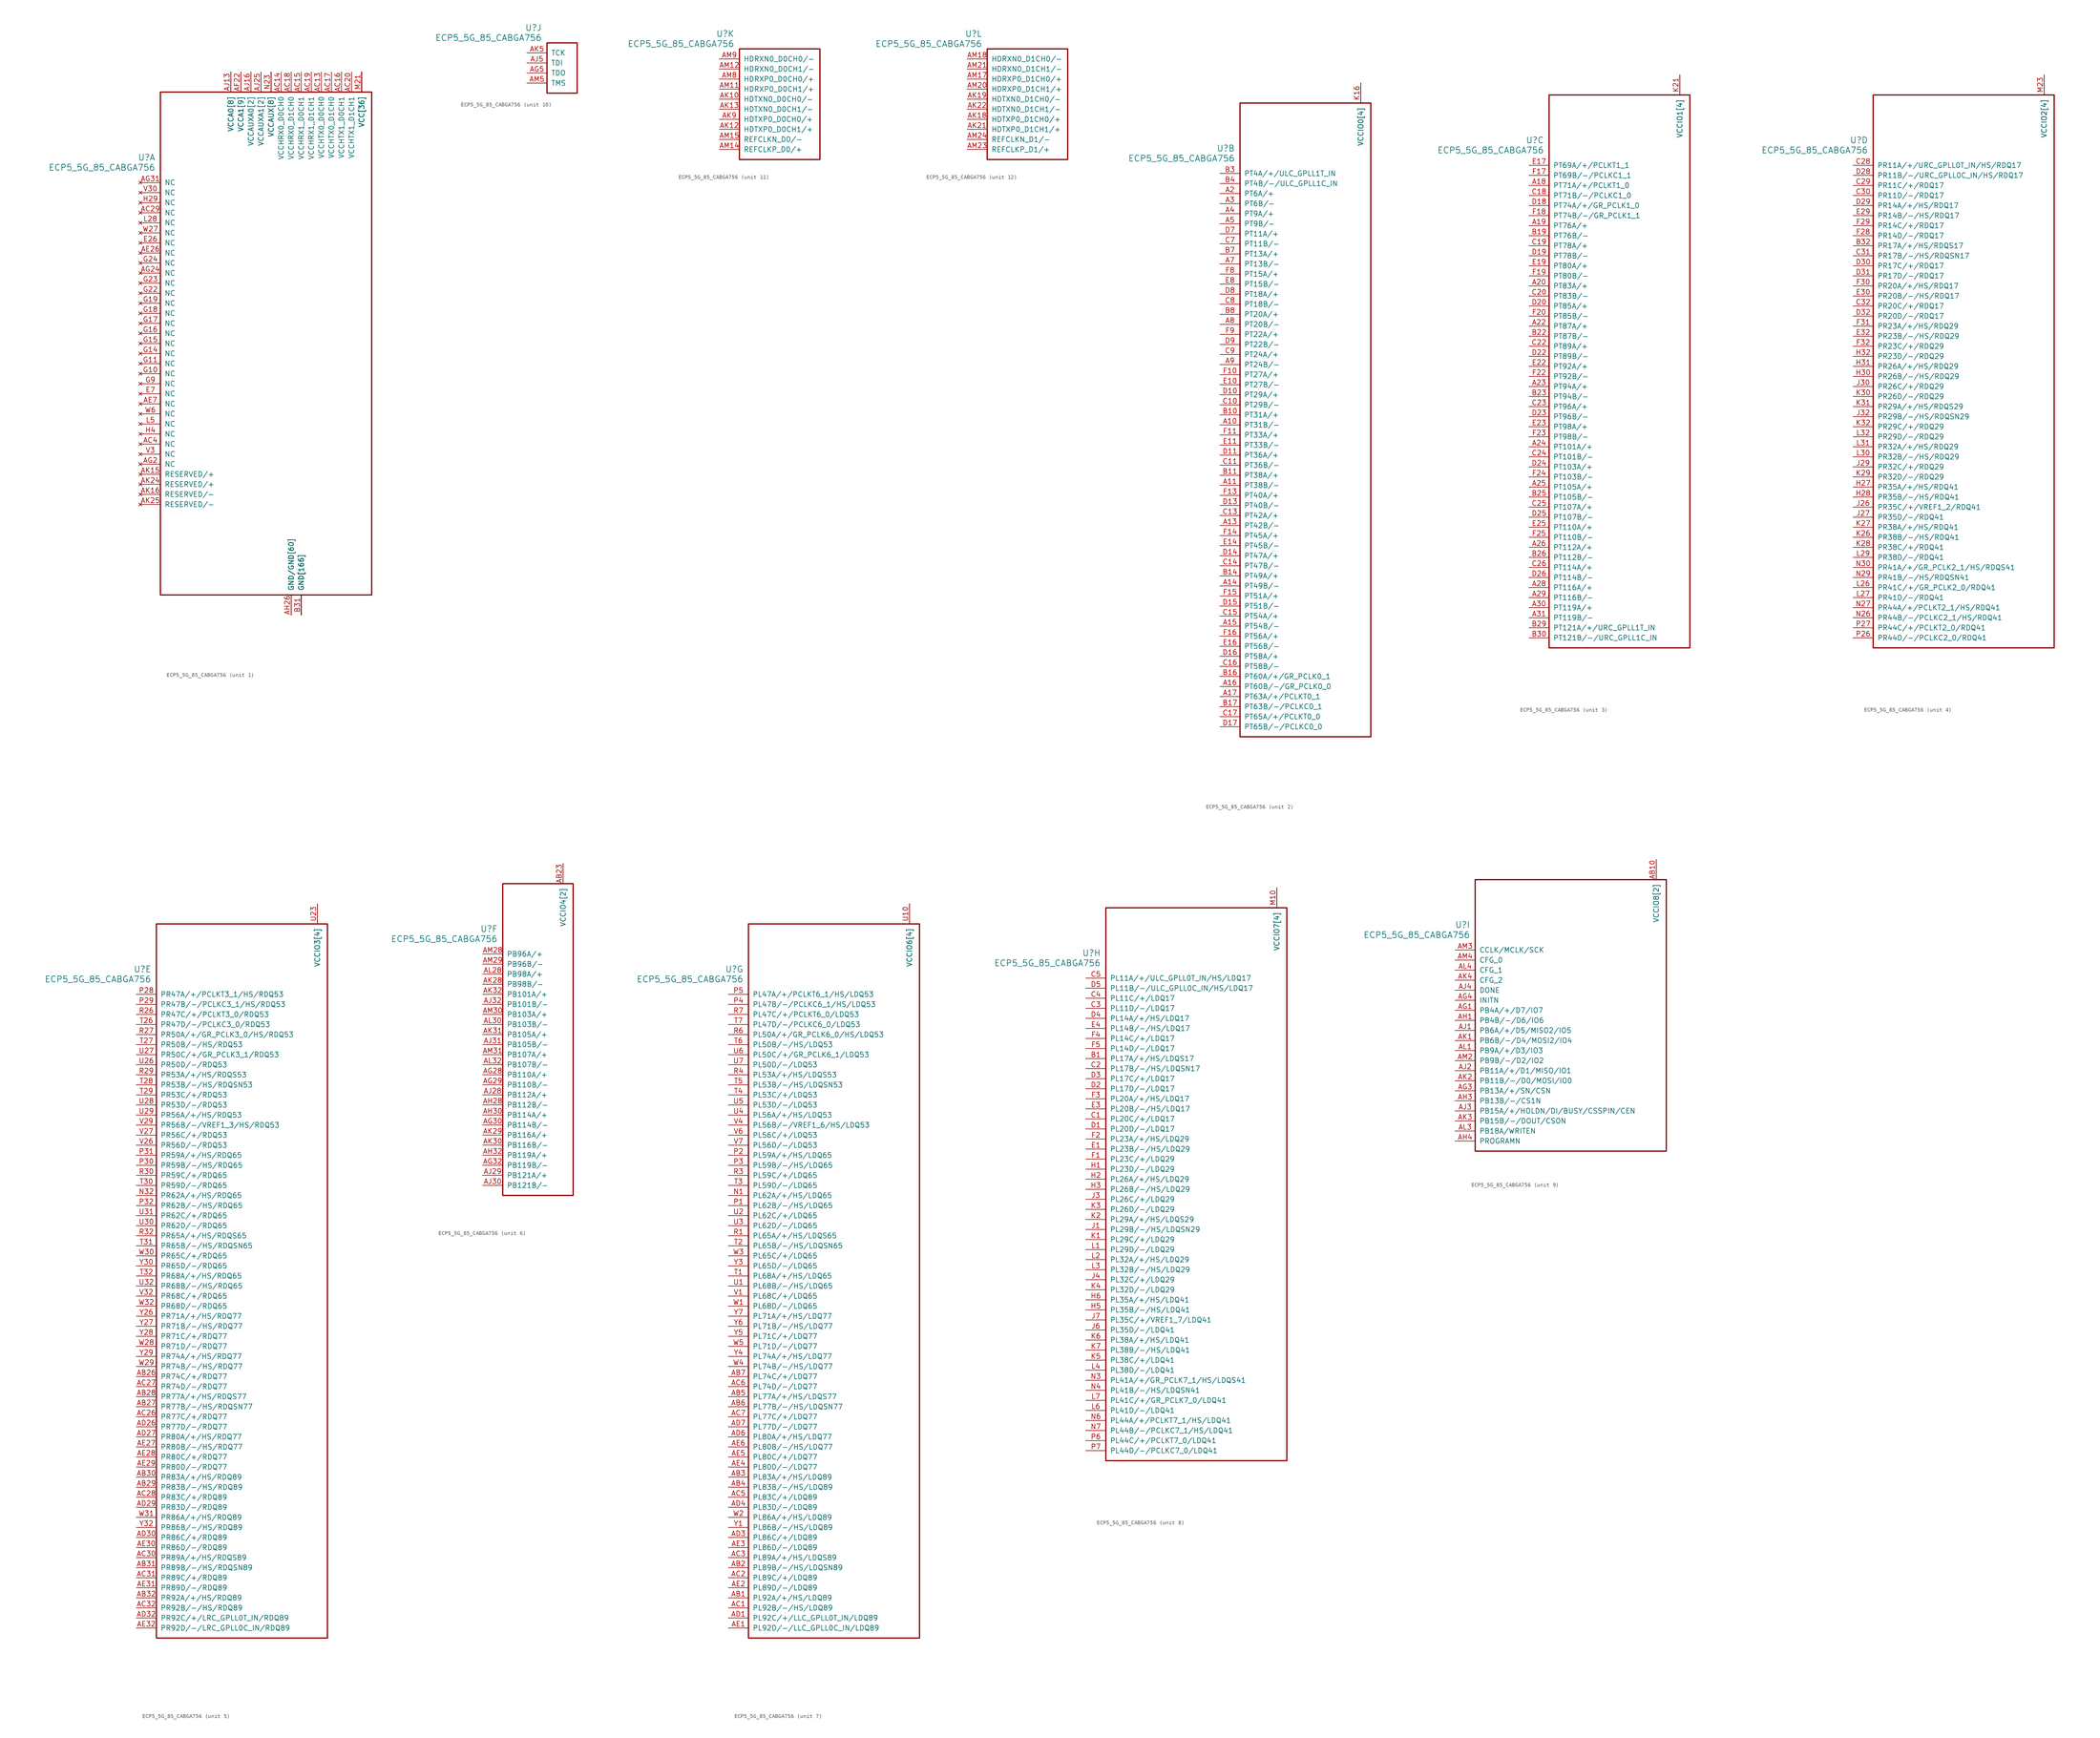
<source format=kicad_sym>
(kicad_symbol_lib
  (version 20211014)
  (generator kicad_symbol_editor)
  (symbol "ECP5_5G_85_CABGA756"
    (pin_names
      (offset 1.016))
    (property "Reference" "U"
      (at 3.81 6.35 0)
      (effects (font (size 1.524 1.524)) (justify right)))
    (property "Value" "ECP5_5G_85_CABGA756"
      (at 3.81 3.81 0)
      (effects (font (size 1.524 1.524)) (justify right)))
    (property "ki_locked" ""
      (at 0 0 0)
      (effects (font (size 1.27 1.27))))
    (symbol "ECP5_5G_85_CABGA756_1_1"
      (rectangle (start 5.08 22.86) (end 58.42 -104.14) (stroke (width 0.305) (type default) (color 0 0 0 0)) (fill (type none)))
      (pin power_in line (at 40.64 -109.22 90) (length 5.08) (name "GND[166]" (effects (font (size 1.27 1.27)))) (number "AA11" (effects (font (size 0 0)))))
      (pin power_in line (at 55.88 27.94 270) (length 5.08) (name "VCC[36]" (effects (font (size 1.27 1.27)))) (number "AA12" (effects (font (size 0 0)))))
      (pin power_in line (at 55.88 27.94 270) (length 5.08) (name "VCC[36]" (effects (font (size 1.27 1.27)))) (number "AA13" (effects (font (size 0 0)))))
      (pin power_in line (at 55.88 27.94 270) (length 5.08) (name "VCC[36]" (effects (font (size 1.27 1.27)))) (number "AA14" (effects (font (size 0 0)))))
      (pin power_in line (at 55.88 27.94 270) (length 5.08) (name "VCC[36]" (effects (font (size 1.27 1.27)))) (number "AA15" (effects (font (size 0 0)))))
      (pin power_in line (at 55.88 27.94 270) (length 5.08) (name "VCC[36]" (effects (font (size 1.27 1.27)))) (number "AA16" (effects (font (size 0 0)))))
      (pin power_in line (at 55.88 27.94 270) (length 5.08) (name "VCC[36]" (effects (font (size 1.27 1.27)))) (number "AA17" (effects (font (size 0 0)))))
      (pin power_in line (at 55.88 27.94 270) (length 5.08) (name "VCC[36]" (effects (font (size 1.27 1.27)))) (number "AA18" (effects (font (size 0 0)))))
      (pin power_in line (at 55.88 27.94 270) (length 5.08) (name "VCC[36]" (effects (font (size 1.27 1.27)))) (number "AA19" (effects (font (size 0 0)))))
      (pin power_in line (at 55.88 27.94 270) (length 5.08) (name "VCC[36]" (effects (font (size 1.27 1.27)))) (number "AA20" (effects (font (size 0 0)))))
      (pin power_in line (at 55.88 27.94 270) (length 5.08) (name "VCC[36]" (effects (font (size 1.27 1.27)))) (number "AA21" (effects (font (size 0 0)))))
      (pin power_in line (at 40.64 -109.22 90) (length 5.08) (name "GND[166]" (effects (font (size 1.27 1.27)))) (number "AA22" (effects (font (size 0 0)))))
      (pin power_in line (at 40.64 -109.22 90) (length 5.08) (name "GND[166]" (effects (font (size 1.27 1.27)))) (number "AB11" (effects (font (size 0 0)))))
      (pin power_in line (at 40.64 -109.22 90) (length 5.08) (name "GND[166]" (effects (font (size 1.27 1.27)))) (number "AB12" (effects (font (size 0 0)))))
      (pin power_in line (at 40.64 -109.22 90) (length 5.08) (name "GND[166]" (effects (font (size 1.27 1.27)))) (number "AB13" (effects (font (size 0 0)))))
      (pin power_in line (at 40.64 -109.22 90) (length 5.08) (name "GND[166]" (effects (font (size 1.27 1.27)))) (number "AB14" (effects (font (size 0 0)))))
      (pin power_in line (at 40.64 -109.22 90) (length 5.08) (name "GND[166]" (effects (font (size 1.27 1.27)))) (number "AB15" (effects (font (size 0 0)))))
      (pin power_in line (at 40.64 -109.22 90) (length 5.08) (name "GND[166]" (effects (font (size 1.27 1.27)))) (number "AB16" (effects (font (size 0 0)))))
      (pin power_in line (at 40.64 -109.22 90) (length 5.08) (name "GND[166]" (effects (font (size 1.27 1.27)))) (number "AB17" (effects (font (size 0 0)))))
      (pin power_in line (at 40.64 -109.22 90) (length 5.08) (name "GND[166]" (effects (font (size 1.27 1.27)))) (number "AB18" (effects (font (size 0 0)))))
      (pin power_in line (at 40.64 -109.22 90) (length 5.08) (name "GND[166]" (effects (font (size 1.27 1.27)))) (number "AB19" (effects (font (size 0 0)))))
      (pin power_in line (at 40.64 -109.22 90) (length 5.08) (name "GND[166]" (effects (font (size 1.27 1.27)))) (number "AB20" (effects (font (size 0 0)))))
      (pin power_in line (at 40.64 -109.22 90) (length 5.08) (name "GND[166]" (effects (font (size 1.27 1.27)))) (number "AB21" (effects (font (size 0 0)))))
      (pin power_in line (at 40.64 -109.22 90) (length 5.08) (name "GND[166]" (effects (font (size 1.27 1.27)))) (number "AB22" (effects (font (size 0 0)))))
      (pin power_in line (at 33.02 27.94 270) (length 5.08) (name "VCCAUX[8]" (effects (font (size 1.27 1.27)))) (number "AC11" (effects (font (size 0 0)))))
      (pin power_in line (at 40.64 -109.22 90) (length 5.08) (name "GND[166]" (effects (font (size 1.27 1.27)))) (number "AC12" (effects (font (size 0 0)))))
      (pin power_in line (at 45.72 27.94 270) (length 5.08) (name "VCCHTX0_D0CH0" (effects (font (size 1.27 1.27)))) (number "AC13" (effects (font (size 1.27 1.27)))))
      (pin power_in line (at 35.56 27.94 270) (length 5.08) (name "VCCHRX0_D0CH0" (effects (font (size 1.27 1.27)))) (number "AC14" (effects (font (size 1.27 1.27)))))
      (pin power_in line (at 40.64 27.94 270) (length 5.08) (name "VCCHRX1_D0CH1" (effects (font (size 1.27 1.27)))) (number "AC15" (effects (font (size 1.27 1.27)))))
      (pin power_in line (at 50.8 27.94 270) (length 5.08) (name "VCCHTX1_D0CH1" (effects (font (size 1.27 1.27)))) (number "AC16" (effects (font (size 1.27 1.27)))))
      (pin power_in line (at 48.26 27.94 270) (length 5.08) (name "VCCHTX0_D1CH0" (effects (font (size 1.27 1.27)))) (number "AC17" (effects (font (size 1.27 1.27)))))
      (pin power_in line (at 38.1 27.94 270) (length 5.08) (name "VCCHRX0_D1CH0" (effects (font (size 1.27 1.27)))) (number "AC18" (effects (font (size 1.27 1.27)))))
      (pin power_in line (at 43.18 27.94 270) (length 5.08) (name "VCCHRX1_D1CH1" (effects (font (size 1.27 1.27)))) (number "AC19" (effects (font (size 1.27 1.27)))))
      (pin power_in line (at 53.34 27.94 270) (length 5.08) (name "VCCHTX1_D1CH1" (effects (font (size 1.27 1.27)))) (number "AC20" (effects (font (size 1.27 1.27)))))
      (pin power_in line (at 40.64 -109.22 90) (length 5.08) (name "GND[166]" (effects (font (size 1.27 1.27)))) (number "AC21" (effects (font (size 0 0)))))
      (pin power_in line (at 33.02 27.94 270) (length 5.08) (name "VCCAUX[8]" (effects (font (size 1.27 1.27)))) (number "AC22" (effects (font (size 0 0)))))
      (pin no_connect line (at 0 -7.62 0) (length 5.08) (name "NC" (effects (font (size 1.27 1.27)))) (number "AC29" (effects (font (size 1.27 1.27)))))
      (pin no_connect line (at 0 -66.04 0) (length 5.08) (name "NC" (effects (font (size 1.27 1.27)))) (number "AC4" (effects (font (size 1.27 1.27)))))
      (pin power_in line (at 40.64 -109.22 90) (length 5.08) (name "GND[166]" (effects (font (size 1.27 1.27)))) (number "AD2" (effects (font (size 0 0)))))
      (pin power_in line (at 40.64 -109.22 90) (length 5.08) (name "GND[166]" (effects (font (size 1.27 1.27)))) (number "AD28" (effects (font (size 0 0)))))
      (pin power_in line (at 40.64 -109.22 90) (length 5.08) (name "GND[166]" (effects (font (size 1.27 1.27)))) (number "AD31" (effects (font (size 0 0)))))
      (pin power_in line (at 40.64 -109.22 90) (length 5.08) (name "GND[166]" (effects (font (size 1.27 1.27)))) (number "AD5" (effects (font (size 0 0)))))
      (pin no_connect line (at 0 -17.78 0) (length 5.08) (name "NC" (effects (font (size 1.27 1.27)))) (number "AE26" (effects (font (size 1.27 1.27)))))
      (pin no_connect line (at 0 -55.88 0) (length 5.08) (name "NC" (effects (font (size 1.27 1.27)))) (number "AE7" (effects (font (size 1.27 1.27)))))
      (pin power_in line (at 38.1 -109.22 90) (length 5.08) (name "GND/GND[60]" (effects (font (size 1.27 1.27)))) (number "AF11" (effects (font (size 0 0)))))
      (pin power_in line (at 38.1 -109.22 90) (length 5.08) (name "GND/GND[60]" (effects (font (size 1.27 1.27)))) (number "AF12" (effects (font (size 0 0)))))
      (pin power_in line (at 38.1 -109.22 90) (length 5.08) (name "GND/GND[60]" (effects (font (size 1.27 1.27)))) (number "AF14" (effects (font (size 0 0)))))
      (pin power_in line (at 38.1 -109.22 90) (length 5.08) (name "GND/GND[60]" (effects (font (size 1.27 1.27)))) (number "AF15" (effects (font (size 0 0)))))
      (pin power_in line (at 38.1 -109.22 90) (length 5.08) (name "GND/GND[60]" (effects (font (size 1.27 1.27)))) (number "AF16" (effects (font (size 0 0)))))
      (pin power_in line (at 38.1 -109.22 90) (length 5.08) (name "GND/GND[60]" (effects (font (size 1.27 1.27)))) (number "AF17" (effects (font (size 0 0)))))
      (pin power_in line (at 38.1 -109.22 90) (length 5.08) (name "GND/GND[60]" (effects (font (size 1.27 1.27)))) (number "AF19" (effects (font (size 0 0)))))
      (pin power_in line (at 38.1 -109.22 90) (length 5.08) (name "GND/GND[60]" (effects (font (size 1.27 1.27)))) (number "AF20" (effects (font (size 0 0)))))
      (pin power_in line (at 25.4 27.94 270) (length 5.08) (name "VCCA1[9]" (effects (font (size 1.27 1.27)))) (number "AF22" (effects (font (size 1.27 1.27)))))
      (pin power_in line (at 38.1 -109.22 90) (length 5.08) (name "GND/GND[60]" (effects (font (size 1.27 1.27)))) (number "AF23" (effects (font (size 0 0)))))
      (pin power_in line (at 38.1 -109.22 90) (length 5.08) (name "GND/GND[60]" (effects (font (size 1.27 1.27)))) (number "AG11" (effects (font (size 0 0)))))
      (pin power_in line (at 22.86 27.94 270) (length 5.08) (name "VCCA0[8]" (effects (font (size 1.27 1.27)))) (number "AG12" (effects (font (size 0 0)))))
      (pin power_in line (at 38.1 -109.22 90) (length 5.08) (name "GND/GND[60]" (effects (font (size 1.27 1.27)))) (number "AG14" (effects (font (size 0 0)))))
      (pin power_in line (at 38.1 -109.22 90) (length 5.08) (name "GND/GND[60]" (effects (font (size 1.27 1.27)))) (number "AG15" (effects (font (size 0 0)))))
      (pin power_in line (at 38.1 -109.22 90) (length 5.08) (name "GND/GND[60]" (effects (font (size 1.27 1.27)))) (number "AG16" (effects (font (size 0 0)))))
      (pin power_in line (at 38.1 -109.22 90) (length 5.08) (name "GND/GND[60]" (effects (font (size 1.27 1.27)))) (number "AG17" (effects (font (size 0 0)))))
      (pin power_in line (at 25.4 27.94 270) (length 5.08) (name "VCCA1[9]" (effects (font (size 1.27 1.27)))) (number "AG19" (effects (font (size 0 0)))))
      (pin no_connect line (at 0 -71.12 0) (length 5.08) (name "NC" (effects (font (size 1.27 1.27)))) (number "AG2" (effects (font (size 1.27 1.27)))))
      (pin power_in line (at 38.1 -109.22 90) (length 5.08) (name "GND/GND[60]" (effects (font (size 1.27 1.27)))) (number "AG20" (effects (font (size 0 0)))))
      (pin power_in line (at 25.4 27.94 270) (length 5.08) (name "VCCA1[9]" (effects (font (size 1.27 1.27)))) (number "AG22" (effects (font (size 0 0)))))
      (pin power_in line (at 38.1 -109.22 90) (length 5.08) (name "GND/GND[60]" (effects (font (size 1.27 1.27)))) (number "AG23" (effects (font (size 0 0)))))
      (pin no_connect line (at 0 -22.86 0) (length 5.08) (name "NC" (effects (font (size 1.27 1.27)))) (number "AG24" (effects (font (size 1.27 1.27)))))
      (pin no_connect line (at 0 0 0) (length 5.08) (name "NC" (effects (font (size 1.27 1.27)))) (number "AG31" (effects (font (size 1.27 1.27)))))
      (pin power_in line (at 22.86 27.94 270) (length 5.08) (name "VCCA0[8]" (effects (font (size 1.27 1.27)))) (number "AG9" (effects (font (size 0 0)))))
      (pin power_in line (at 38.1 -109.22 90) (length 5.08) (name "GND/GND[60]" (effects (font (size 1.27 1.27)))) (number "AH11" (effects (font (size 0 0)))))
      (pin power_in line (at 22.86 27.94 270) (length 5.08) (name "VCCA0[8]" (effects (font (size 1.27 1.27)))) (number "AH12" (effects (font (size 0 0)))))
      (pin power_in line (at 38.1 -109.22 90) (length 5.08) (name "GND/GND[60]" (effects (font (size 1.27 1.27)))) (number "AH14" (effects (font (size 0 0)))))
      (pin power_in line (at 38.1 -109.22 90) (length 5.08) (name "GND/GND[60]" (effects (font (size 1.27 1.27)))) (number "AH15" (effects (font (size 0 0)))))
      (pin power_in line (at 38.1 -109.22 90) (length 5.08) (name "GND/GND[60]" (effects (font (size 1.27 1.27)))) (number "AH16" (effects (font (size 0 0)))))
      (pin power_in line (at 38.1 -109.22 90) (length 5.08) (name "GND/GND[60]" (effects (font (size 1.27 1.27)))) (number "AH17" (effects (font (size 0 0)))))
      (pin power_in line (at 25.4 27.94 270) (length 5.08) (name "VCCA1[9]" (effects (font (size 1.27 1.27)))) (number "AH19" (effects (font (size 0 0)))))
      (pin power_in line (at 40.64 -109.22 90) (length 5.08) (name "GND[166]" (effects (font (size 1.27 1.27)))) (number "AH2" (effects (font (size 0 0)))))
      (pin power_in line (at 38.1 -109.22 90) (length 5.08) (name "GND/GND[60]" (effects (font (size 1.27 1.27)))) (number "AH20" (effects (font (size 0 0)))))
      (pin power_in line (at 25.4 27.94 270) (length 5.08) (name "VCCA1[9]" (effects (font (size 1.27 1.27)))) (number "AH22" (effects (font (size 0 0)))))
      (pin power_in line (at 38.1 -109.22 90) (length 5.08) (name "GND/GND[60]" (effects (font (size 1.27 1.27)))) (number "AH23" (effects (font (size 0 0)))))
      (pin power_in line (at 38.1 -109.22 90) (length 5.08) (name "GND/GND[60]" (effects (font (size 1.27 1.27)))) (number "AH24" (effects (font (size 0 0)))))
      (pin power_in line (at 38.1 -109.22 90) (length 5.08) (name "GND/GND[60]" (effects (font (size 1.27 1.27)))) (number "AH25" (effects (font (size 0 0)))))
      (pin power_in line (at 38.1 -109.22 90) (length 5.08) (name "GND/GND[60]" (effects (font (size 1.27 1.27)))) (number "AH26" (effects (font (size 1.27 1.27)))))
      (pin power_in line (at 40.64 -109.22 90) (length 5.08) (name "GND[166]" (effects (font (size 1.27 1.27)))) (number "AH29" (effects (font (size 0 0)))))
      (pin power_in line (at 40.64 -109.22 90) (length 5.08) (name "GND[166]" (effects (font (size 1.27 1.27)))) (number "AH31" (effects (font (size 0 0)))))
      (pin power_in line (at 40.64 -109.22 90) (length 5.08) (name "GND[166]" (effects (font (size 1.27 1.27)))) (number "AH5" (effects (font (size 0 0)))))
      (pin power_in line (at 38.1 -109.22 90) (length 5.08) (name "GND/GND[60]" (effects (font (size 1.27 1.27)))) (number "AH7" (effects (font (size 0 0)))))
      (pin power_in line (at 38.1 -109.22 90) (length 5.08) (name "GND/GND[60]" (effects (font (size 1.27 1.27)))) (number "AH8" (effects (font (size 0 0)))))
      (pin power_in line (at 22.86 27.94 270) (length 5.08) (name "VCCA0[8]" (effects (font (size 1.27 1.27)))) (number "AH9" (effects (font (size 0 0)))))
      (pin power_in line (at 22.86 27.94 270) (length 5.08) (name "VCCA0[8]" (effects (font (size 1.27 1.27)))) (number "AJ10" (effects (font (size 0 0)))))
      (pin power_in line (at 38.1 -109.22 90) (length 5.08) (name "GND/GND[60]" (effects (font (size 1.27 1.27)))) (number "AJ11" (effects (font (size 0 0)))))
      (pin power_in line (at 22.86 27.94 270) (length 5.08) (name "VCCA0[8]" (effects (font (size 1.27 1.27)))) (number "AJ12" (effects (font (size 0 0)))))
      (pin power_in line (at 22.86 27.94 270) (length 5.08) (name "VCCA0[8]" (effects (font (size 1.27 1.27)))) (number "AJ13" (effects (font (size 1.27 1.27)))))
      (pin power_in line (at 38.1 -109.22 90) (length 5.08) (name "GND/GND[60]" (effects (font (size 1.27 1.27)))) (number "AJ14" (effects (font (size 0 0)))))
      (pin power_in line (at 27.94 27.94 270) (length 5.08) (name "VCCAUXA0[2]" (effects (font (size 1.27 1.27)))) (number "AJ15" (effects (font (size 0 0)))))
      (pin power_in line (at 27.94 27.94 270) (length 5.08) (name "VCCAUXA0[2]" (effects (font (size 1.27 1.27)))) (number "AJ16" (effects (font (size 1.27 1.27)))))
      (pin power_in line (at 38.1 -109.22 90) (length 5.08) (name "GND/GND[60]" (effects (font (size 1.27 1.27)))) (number "AJ17" (effects (font (size 0 0)))))
      (pin power_in line (at 25.4 27.94 270) (length 5.08) (name "VCCA1[9]" (effects (font (size 1.27 1.27)))) (number "AJ18" (effects (font (size 0 0)))))
      (pin power_in line (at 25.4 27.94 270) (length 5.08) (name "VCCA1[9]" (effects (font (size 1.27 1.27)))) (number "AJ19" (effects (font (size 0 0)))))
      (pin power_in line (at 38.1 -109.22 90) (length 5.08) (name "GND/GND[60]" (effects (font (size 1.27 1.27)))) (number "AJ20" (effects (font (size 0 0)))))
      (pin power_in line (at 25.4 27.94 270) (length 5.08) (name "VCCA1[9]" (effects (font (size 1.27 1.27)))) (number "AJ21" (effects (font (size 0 0)))))
      (pin power_in line (at 25.4 27.94 270) (length 5.08) (name "VCCA1[9]" (effects (font (size 1.27 1.27)))) (number "AJ22" (effects (font (size 0 0)))))
      (pin power_in line (at 38.1 -109.22 90) (length 5.08) (name "GND/GND[60]" (effects (font (size 1.27 1.27)))) (number "AJ23" (effects (font (size 0 0)))))
      (pin power_in line (at 30.48 27.94 270) (length 5.08) (name "VCCAUXA1[2]" (effects (font (size 1.27 1.27)))) (number "AJ24" (effects (font (size 0 0)))))
      (pin power_in line (at 30.48 27.94 270) (length 5.08) (name "VCCAUXA1[2]" (effects (font (size 1.27 1.27)))) (number "AJ25" (effects (font (size 1.27 1.27)))))
      (pin power_in line (at 38.1 -109.22 90) (length 5.08) (name "GND/GND[60]" (effects (font (size 1.27 1.27)))) (number "AJ26" (effects (font (size 0 0)))))
      (pin power_in line (at 38.1 -109.22 90) (length 5.08) (name "GND/GND[60]" (effects (font (size 1.27 1.27)))) (number "AJ7" (effects (font (size 0 0)))))
      (pin power_in line (at 38.1 -109.22 90) (length 5.08) (name "GND/GND[60]" (effects (font (size 1.27 1.27)))) (number "AJ8" (effects (font (size 0 0)))))
      (pin power_in line (at 22.86 27.94 270) (length 5.08) (name "VCCA0[8]" (effects (font (size 1.27 1.27)))) (number "AJ9" (effects (font (size 0 0)))))
      (pin power_in line (at 38.1 -109.22 90) (length 5.08) (name "GND/GND[60]" (effects (font (size 1.27 1.27)))) (number "AK11" (effects (font (size 0 0)))))
      (pin power_in line (at 38.1 -109.22 90) (length 5.08) (name "GND/GND[60]" (effects (font (size 1.27 1.27)))) (number "AK14" (effects (font (size 0 0)))))
      (pin no_connect line (at 0 -73.66 0) (length 5.08) (name "RESERVED/+" (effects (font (size 1.27 1.27)))) (number "AK15" (effects (font (size 1.27 1.27)))))
      (pin no_connect line (at 0 -78.74 0) (length 5.08) (name "RESERVED/-" (effects (font (size 1.27 1.27)))) (number "AK16" (effects (font (size 1.27 1.27)))))
      (pin power_in line (at 38.1 -109.22 90) (length 5.08) (name "GND/GND[60]" (effects (font (size 1.27 1.27)))) (number "AK17" (effects (font (size 0 0)))))
      (pin power_in line (at 38.1 -109.22 90) (length 5.08) (name "GND/GND[60]" (effects (font (size 1.27 1.27)))) (number "AK20" (effects (font (size 0 0)))))
      (pin power_in line (at 38.1 -109.22 90) (length 5.08) (name "GND/GND[60]" (effects (font (size 1.27 1.27)))) (number "AK23" (effects (font (size 0 0)))))
      (pin no_connect line (at 0 -76.2 0) (length 5.08) (name "RESERVED/+" (effects (font (size 1.27 1.27)))) (number "AK24" (effects (font (size 1.27 1.27)))))
      (pin no_connect line (at 0 -81.28 0) (length 5.08) (name "RESERVED/-" (effects (font (size 1.27 1.27)))) (number "AK25" (effects (font (size 1.27 1.27)))))
      (pin power_in line (at 38.1 -109.22 90) (length 5.08) (name "GND/GND[60]" (effects (font (size 1.27 1.27)))) (number "AK26" (effects (font (size 0 0)))))
      (pin power_in line (at 38.1 -109.22 90) (length 5.08) (name "GND/GND[60]" (effects (font (size 1.27 1.27)))) (number "AK7" (effects (font (size 0 0)))))
      (pin power_in line (at 38.1 -109.22 90) (length 5.08) (name "GND/GND[60]" (effects (font (size 1.27 1.27)))) (number "AK8" (effects (font (size 0 0)))))
      (pin power_in line (at 38.1 -109.22 90) (length 5.08) (name "GND/GND[60]" (effects (font (size 1.27 1.27)))) (number "AL11" (effects (font (size 0 0)))))
      (pin power_in line (at 38.1 -109.22 90) (length 5.08) (name "GND/GND[60]" (effects (font (size 1.27 1.27)))) (number "AL12" (effects (font (size 0 0)))))
      (pin power_in line (at 38.1 -109.22 90) (length 5.08) (name "GND/GND[60]" (effects (font (size 1.27 1.27)))) (number "AL14" (effects (font (size 0 0)))))
      (pin power_in line (at 38.1 -109.22 90) (length 5.08) (name "GND/GND[60]" (effects (font (size 1.27 1.27)))) (number "AL15" (effects (font (size 0 0)))))
      (pin power_in line (at 38.1 -109.22 90) (length 5.08) (name "GND/GND[60]" (effects (font (size 1.27 1.27)))) (number "AL17" (effects (font (size 0 0)))))
      (pin power_in line (at 38.1 -109.22 90) (length 5.08) (name "GND/GND[60]" (effects (font (size 1.27 1.27)))) (number "AL18" (effects (font (size 0 0)))))
      (pin power_in line (at 40.64 -109.22 90) (length 5.08) (name "GND[166]" (effects (font (size 1.27 1.27)))) (number "AL2" (effects (font (size 0 0)))))
      (pin power_in line (at 38.1 -109.22 90) (length 5.08) (name "GND/GND[60]" (effects (font (size 1.27 1.27)))) (number "AL20" (effects (font (size 0 0)))))
      (pin power_in line (at 38.1 -109.22 90) (length 5.08) (name "GND/GND[60]" (effects (font (size 1.27 1.27)))) (number "AL21" (effects (font (size 0 0)))))
      (pin power_in line (at 38.1 -109.22 90) (length 5.08) (name "GND/GND[60]" (effects (font (size 1.27 1.27)))) (number "AL23" (effects (font (size 0 0)))))
      (pin power_in line (at 38.1 -109.22 90) (length 5.08) (name "GND/GND[60]" (effects (font (size 1.27 1.27)))) (number "AL24" (effects (font (size 0 0)))))
      (pin power_in line (at 38.1 -109.22 90) (length 5.08) (name "GND/GND[60]" (effects (font (size 1.27 1.27)))) (number "AL26" (effects (font (size 0 0)))))
      (pin power_in line (at 40.64 -109.22 90) (length 5.08) (name "GND[166]" (effects (font (size 1.27 1.27)))) (number "AL29" (effects (font (size 0 0)))))
      (pin power_in line (at 40.64 -109.22 90) (length 5.08) (name "GND[166]" (effects (font (size 1.27 1.27)))) (number "AL31" (effects (font (size 0 0)))))
      (pin power_in line (at 40.64 -109.22 90) (length 5.08) (name "GND[166]" (effects (font (size 1.27 1.27)))) (number "AL5" (effects (font (size 0 0)))))
      (pin power_in line (at 38.1 -109.22 90) (length 5.08) (name "GND/GND[60]" (effects (font (size 1.27 1.27)))) (number "AL7" (effects (font (size 0 0)))))
      (pin power_in line (at 38.1 -109.22 90) (length 5.08) (name "GND/GND[60]" (effects (font (size 1.27 1.27)))) (number "AL8" (effects (font (size 0 0)))))
      (pin power_in line (at 38.1 -109.22 90) (length 5.08) (name "GND/GND[60]" (effects (font (size 1.27 1.27)))) (number "AL9" (effects (font (size 0 0)))))
      (pin power_in line (at 38.1 -109.22 90) (length 5.08) (name "GND/GND[60]" (effects (font (size 1.27 1.27)))) (number "AM26" (effects (font (size 0 0)))))
      (pin power_in line (at 38.1 -109.22 90) (length 5.08) (name "GND/GND[60]" (effects (font (size 1.27 1.27)))) (number "AM7" (effects (font (size 0 0)))))
      (pin power_in line (at 40.64 -109.22 90) (length 5.08) (name "GND[166]" (effects (font (size 1.27 1.27)))) (number "B13" (effects (font (size 0 0)))))
      (pin power_in line (at 40.64 -109.22 90) (length 5.08) (name "GND[166]" (effects (font (size 1.27 1.27)))) (number "B15" (effects (font (size 0 0)))))
      (pin power_in line (at 40.64 -109.22 90) (length 5.08) (name "GND[166]" (effects (font (size 1.27 1.27)))) (number "B18" (effects (font (size 0 0)))))
      (pin power_in line (at 40.64 -109.22 90) (length 5.08) (name "GND[166]" (effects (font (size 1.27 1.27)))) (number "B2" (effects (font (size 0 0)))))
      (pin power_in line (at 40.64 -109.22 90) (length 5.08) (name "GND[166]" (effects (font (size 1.27 1.27)))) (number "B20" (effects (font (size 0 0)))))
      (pin power_in line (at 40.64 -109.22 90) (length 5.08) (name "GND[166]" (effects (font (size 1.27 1.27)))) (number "B24" (effects (font (size 0 0)))))
      (pin power_in line (at 40.64 -109.22 90) (length 5.08) (name "GND[166]" (effects (font (size 1.27 1.27)))) (number "B28" (effects (font (size 0 0)))))
      (pin power_in line (at 40.64 -109.22 90) (length 5.08) (name "GND[166]" (effects (font (size 1.27 1.27)))) (number "B31" (effects (font (size 1.27 1.27)))))
      (pin power_in line (at 40.64 -109.22 90) (length 5.08) (name "GND[166]" (effects (font (size 1.27 1.27)))) (number "B5" (effects (font (size 0 0)))))
      (pin power_in line (at 40.64 -109.22 90) (length 5.08) (name "GND[166]" (effects (font (size 1.27 1.27)))) (number "B9" (effects (font (size 0 0)))))
      (pin power_in line (at 40.64 -109.22 90) (length 5.08) (name "GND[166]" (effects (font (size 1.27 1.27)))) (number "E13" (effects (font (size 0 0)))))
      (pin power_in line (at 40.64 -109.22 90) (length 5.08) (name "GND[166]" (effects (font (size 1.27 1.27)))) (number "E15" (effects (font (size 0 0)))))
      (pin power_in line (at 40.64 -109.22 90) (length 5.08) (name "GND[166]" (effects (font (size 1.27 1.27)))) (number "E18" (effects (font (size 0 0)))))
      (pin power_in line (at 40.64 -109.22 90) (length 5.08) (name "GND[166]" (effects (font (size 1.27 1.27)))) (number "E2" (effects (font (size 0 0)))))
      (pin power_in line (at 40.64 -109.22 90) (length 5.08) (name "GND[166]" (effects (font (size 1.27 1.27)))) (number "E20" (effects (font (size 0 0)))))
      (pin power_in line (at 40.64 -109.22 90) (length 5.08) (name "GND[166]" (effects (font (size 1.27 1.27)))) (number "E24" (effects (font (size 0 0)))))
      (pin no_connect line (at 0 -15.24 0) (length 5.08) (name "NC" (effects (font (size 1.27 1.27)))) (number "E26" (effects (font (size 1.27 1.27)))))
      (pin power_in line (at 40.64 -109.22 90) (length 5.08) (name "GND[166]" (effects (font (size 1.27 1.27)))) (number "E28" (effects (font (size 0 0)))))
      (pin power_in line (at 40.64 -109.22 90) (length 5.08) (name "GND[166]" (effects (font (size 1.27 1.27)))) (number "E31" (effects (font (size 0 0)))))
      (pin power_in line (at 40.64 -109.22 90) (length 5.08) (name "GND[166]" (effects (font (size 1.27 1.27)))) (number "E5" (effects (font (size 0 0)))))
      (pin no_connect line (at 0 -53.34 0) (length 5.08) (name "NC" (effects (font (size 1.27 1.27)))) (number "E7" (effects (font (size 1.27 1.27)))))
      (pin power_in line (at 40.64 -109.22 90) (length 5.08) (name "GND[166]" (effects (font (size 1.27 1.27)))) (number "E9" (effects (font (size 0 0)))))
      (pin no_connect line (at 0 -48.26 0) (length 5.08) (name "NC" (effects (font (size 1.27 1.27)))) (number "G10" (effects (font (size 1.27 1.27)))))
      (pin no_connect line (at 0 -45.72 0) (length 5.08) (name "NC" (effects (font (size 1.27 1.27)))) (number "G11" (effects (font (size 1.27 1.27)))))
      (pin no_connect line (at 0 -43.18 0) (length 5.08) (name "NC" (effects (font (size 1.27 1.27)))) (number "G14" (effects (font (size 1.27 1.27)))))
      (pin no_connect line (at 0 -40.64 0) (length 5.08) (name "NC" (effects (font (size 1.27 1.27)))) (number "G15" (effects (font (size 1.27 1.27)))))
      (pin no_connect line (at 0 -38.1 0) (length 5.08) (name "NC" (effects (font (size 1.27 1.27)))) (number "G16" (effects (font (size 1.27 1.27)))))
      (pin no_connect line (at 0 -35.56 0) (length 5.08) (name "NC" (effects (font (size 1.27 1.27)))) (number "G17" (effects (font (size 1.27 1.27)))))
      (pin no_connect line (at 0 -33.02 0) (length 5.08) (name "NC" (effects (font (size 1.27 1.27)))) (number "G18" (effects (font (size 1.27 1.27)))))
      (pin no_connect line (at 0 -30.48 0) (length 5.08) (name "NC" (effects (font (size 1.27 1.27)))) (number "G19" (effects (font (size 1.27 1.27)))))
      (pin no_connect line (at 0 -27.94 0) (length 5.08) (name "NC" (effects (font (size 1.27 1.27)))) (number "G22" (effects (font (size 1.27 1.27)))))
      (pin no_connect line (at 0 -25.4 0) (length 5.08) (name "NC" (effects (font (size 1.27 1.27)))) (number "G23" (effects (font (size 1.27 1.27)))))
      (pin no_connect line (at 0 -20.32 0) (length 5.08) (name "NC" (effects (font (size 1.27 1.27)))) (number "G24" (effects (font (size 1.27 1.27)))))
      (pin no_connect line (at 0 -50.8 0) (length 5.08) (name "NC" (effects (font (size 1.27 1.27)))) (number "G9" (effects (font (size 1.27 1.27)))))
      (pin no_connect line (at 0 -5.08 0) (length 5.08) (name "NC" (effects (font (size 1.27 1.27)))) (number "H29" (effects (font (size 1.27 1.27)))))
      (pin no_connect line (at 0 -63.5 0) (length 5.08) (name "NC" (effects (font (size 1.27 1.27)))) (number "H4" (effects (font (size 1.27 1.27)))))
      (pin power_in line (at 40.64 -109.22 90) (length 5.08) (name "GND[166]" (effects (font (size 1.27 1.27)))) (number "J2" (effects (font (size 0 0)))))
      (pin power_in line (at 40.64 -109.22 90) (length 5.08) (name "GND[166]" (effects (font (size 1.27 1.27)))) (number "J28" (effects (font (size 0 0)))))
      (pin power_in line (at 40.64 -109.22 90) (length 5.08) (name "GND[166]" (effects (font (size 1.27 1.27)))) (number "J31" (effects (font (size 0 0)))))
      (pin power_in line (at 40.64 -109.22 90) (length 5.08) (name "GND[166]" (effects (font (size 1.27 1.27)))) (number "J5" (effects (font (size 0 0)))))
      (pin power_in line (at 40.64 -109.22 90) (length 5.08) (name "GND[166]" (effects (font (size 1.27 1.27)))) (number "K10" (effects (font (size 0 0)))))
      (pin power_in line (at 40.64 -109.22 90) (length 5.08) (name "GND[166]" (effects (font (size 1.27 1.27)))) (number "K11" (effects (font (size 0 0)))))
      (pin power_in line (at 33.02 27.94 270) (length 5.08) (name "VCCAUX[8]" (effects (font (size 1.27 1.27)))) (number "K13" (effects (font (size 0 0)))))
      (pin power_in line (at 33.02 27.94 270) (length 5.08) (name "VCCAUX[8]" (effects (font (size 1.27 1.27)))) (number "K20" (effects (font (size 0 0)))))
      (pin power_in line (at 40.64 -109.22 90) (length 5.08) (name "GND[166]" (effects (font (size 1.27 1.27)))) (number "K22" (effects (font (size 0 0)))))
      (pin power_in line (at 40.64 -109.22 90) (length 5.08) (name "GND[166]" (effects (font (size 1.27 1.27)))) (number "K23" (effects (font (size 0 0)))))
      (pin power_in line (at 40.64 -109.22 90) (length 5.08) (name "GND[166]" (effects (font (size 1.27 1.27)))) (number "L10" (effects (font (size 0 0)))))
      (pin power_in line (at 40.64 -109.22 90) (length 5.08) (name "GND[166]" (effects (font (size 1.27 1.27)))) (number "L11" (effects (font (size 0 0)))))
      (pin power_in line (at 40.64 -109.22 90) (length 5.08) (name "GND[166]" (effects (font (size 1.27 1.27)))) (number "L12" (effects (font (size 0 0)))))
      (pin power_in line (at 40.64 -109.22 90) (length 5.08) (name "GND[166]" (effects (font (size 1.27 1.27)))) (number "L13" (effects (font (size 0 0)))))
      (pin power_in line (at 40.64 -109.22 90) (length 5.08) (name "GND[166]" (effects (font (size 1.27 1.27)))) (number "L14" (effects (font (size 0 0)))))
      (pin power_in line (at 40.64 -109.22 90) (length 5.08) (name "GND[166]" (effects (font (size 1.27 1.27)))) (number "L15" (effects (font (size 0 0)))))
      (pin power_in line (at 40.64 -109.22 90) (length 5.08) (name "GND[166]" (effects (font (size 1.27 1.27)))) (number "L16" (effects (font (size 0 0)))))
      (pin power_in line (at 40.64 -109.22 90) (length 5.08) (name "GND[166]" (effects (font (size 1.27 1.27)))) (number "L17" (effects (font (size 0 0)))))
      (pin power_in line (at 40.64 -109.22 90) (length 5.08) (name "GND[166]" (effects (font (size 1.27 1.27)))) (number "L18" (effects (font (size 0 0)))))
      (pin power_in line (at 40.64 -109.22 90) (length 5.08) (name "GND[166]" (effects (font (size 1.27 1.27)))) (number "L19" (effects (font (size 0 0)))))
      (pin power_in line (at 40.64 -109.22 90) (length 5.08) (name "GND[166]" (effects (font (size 1.27 1.27)))) (number "L20" (effects (font (size 0 0)))))
      (pin power_in line (at 40.64 -109.22 90) (length 5.08) (name "GND[166]" (effects (font (size 1.27 1.27)))) (number "L21" (effects (font (size 0 0)))))
      (pin power_in line (at 40.64 -109.22 90) (length 5.08) (name "GND[166]" (effects (font (size 1.27 1.27)))) (number "L22" (effects (font (size 0 0)))))
      (pin power_in line (at 40.64 -109.22 90) (length 5.08) (name "GND[166]" (effects (font (size 1.27 1.27)))) (number "L23" (effects (font (size 0 0)))))
      (pin no_connect line (at 0 -10.16 0) (length 5.08) (name "NC" (effects (font (size 1.27 1.27)))) (number "L28" (effects (font (size 1.27 1.27)))))
      (pin no_connect line (at 0 -60.96 0) (length 5.08) (name "NC" (effects (font (size 1.27 1.27)))) (number "L5" (effects (font (size 1.27 1.27)))))
      (pin power_in line (at 40.64 -109.22 90) (length 5.08) (name "GND[166]" (effects (font (size 1.27 1.27)))) (number "M11" (effects (font (size 0 0)))))
      (pin power_in line (at 55.88 27.94 270) (length 5.08) (name "VCC[36]" (effects (font (size 1.27 1.27)))) (number "M12" (effects (font (size 0 0)))))
      (pin power_in line (at 55.88 27.94 270) (length 5.08) (name "VCC[36]" (effects (font (size 1.27 1.27)))) (number "M13" (effects (font (size 0 0)))))
      (pin power_in line (at 55.88 27.94 270) (length 5.08) (name "VCC[36]" (effects (font (size 1.27 1.27)))) (number "M14" (effects (font (size 0 0)))))
      (pin power_in line (at 55.88 27.94 270) (length 5.08) (name "VCC[36]" (effects (font (size 1.27 1.27)))) (number "M15" (effects (font (size 0 0)))))
      (pin power_in line (at 55.88 27.94 270) (length 5.08) (name "VCC[36]" (effects (font (size 1.27 1.27)))) (number "M16" (effects (font (size 0 0)))))
      (pin power_in line (at 55.88 27.94 270) (length 5.08) (name "VCC[36]" (effects (font (size 1.27 1.27)))) (number "M17" (effects (font (size 0 0)))))
      (pin power_in line (at 55.88 27.94 270) (length 5.08) (name "VCC[36]" (effects (font (size 1.27 1.27)))) (number "M18" (effects (font (size 0 0)))))
      (pin power_in line (at 55.88 27.94 270) (length 5.08) (name "VCC[36]" (effects (font (size 1.27 1.27)))) (number "M19" (effects (font (size 0 0)))))
      (pin power_in line (at 55.88 27.94 270) (length 5.08) (name "VCC[36]" (effects (font (size 1.27 1.27)))) (number "M20" (effects (font (size 0 0)))))
      (pin power_in line (at 55.88 27.94 270) (length 5.08) (name "VCC[36]" (effects (font (size 1.27 1.27)))) (number "M21" (effects (font (size 1.27 1.27)))))
      (pin power_in line (at 40.64 -109.22 90) (length 5.08) (name "GND[166]" (effects (font (size 1.27 1.27)))) (number "M22" (effects (font (size 0 0)))))
      (pin power_in line (at 33.02 27.94 270) (length 5.08) (name "VCCAUX[8]" (effects (font (size 1.27 1.27)))) (number "N10" (effects (font (size 0 0)))))
      (pin power_in line (at 40.64 -109.22 90) (length 5.08) (name "GND[166]" (effects (font (size 1.27 1.27)))) (number "N11" (effects (font (size 0 0)))))
      (pin power_in line (at 55.88 27.94 270) (length 5.08) (name "VCC[36]" (effects (font (size 1.27 1.27)))) (number "N12" (effects (font (size 0 0)))))
      (pin power_in line (at 40.64 -109.22 90) (length 5.08) (name "GND[166]" (effects (font (size 1.27 1.27)))) (number "N13" (effects (font (size 0 0)))))
      (pin power_in line (at 40.64 -109.22 90) (length 5.08) (name "GND[166]" (effects (font (size 1.27 1.27)))) (number "N14" (effects (font (size 0 0)))))
      (pin power_in line (at 40.64 -109.22 90) (length 5.08) (name "GND[166]" (effects (font (size 1.27 1.27)))) (number "N15" (effects (font (size 0 0)))))
      (pin power_in line (at 40.64 -109.22 90) (length 5.08) (name "GND[166]" (effects (font (size 1.27 1.27)))) (number "N16" (effects (font (size 0 0)))))
      (pin power_in line (at 40.64 -109.22 90) (length 5.08) (name "GND[166]" (effects (font (size 1.27 1.27)))) (number "N17" (effects (font (size 0 0)))))
      (pin power_in line (at 40.64 -109.22 90) (length 5.08) (name "GND[166]" (effects (font (size 1.27 1.27)))) (number "N18" (effects (font (size 0 0)))))
      (pin power_in line (at 40.64 -109.22 90) (length 5.08) (name "GND[166]" (effects (font (size 1.27 1.27)))) (number "N19" (effects (font (size 0 0)))))
      (pin power_in line (at 40.64 -109.22 90) (length 5.08) (name "GND[166]" (effects (font (size 1.27 1.27)))) (number "N2" (effects (font (size 0 0)))))
      (pin power_in line (at 40.64 -109.22 90) (length 5.08) (name "GND[166]" (effects (font (size 1.27 1.27)))) (number "N20" (effects (font (size 0 0)))))
      (pin power_in line (at 55.88 27.94 270) (length 5.08) (name "VCC[36]" (effects (font (size 1.27 1.27)))) (number "N21" (effects (font (size 0 0)))))
      (pin power_in line (at 40.64 -109.22 90) (length 5.08) (name "GND[166]" (effects (font (size 1.27 1.27)))) (number "N22" (effects (font (size 0 0)))))
      (pin power_in line (at 33.02 27.94 270) (length 5.08) (name "VCCAUX[8]" (effects (font (size 1.27 1.27)))) (number "N23" (effects (font (size 1.27 1.27)))))
      (pin power_in line (at 40.64 -109.22 90) (length 5.08) (name "GND[166]" (effects (font (size 1.27 1.27)))) (number "N28" (effects (font (size 0 0)))))
      (pin power_in line (at 40.64 -109.22 90) (length 5.08) (name "GND[166]" (effects (font (size 1.27 1.27)))) (number "N31" (effects (font (size 0 0)))))
      (pin power_in line (at 40.64 -109.22 90) (length 5.08) (name "GND[166]" (effects (font (size 1.27 1.27)))) (number "N5" (effects (font (size 0 0)))))
      (pin power_in line (at 40.64 -109.22 90) (length 5.08) (name "GND[166]" (effects (font (size 1.27 1.27)))) (number "P11" (effects (font (size 0 0)))))
      (pin power_in line (at 55.88 27.94 270) (length 5.08) (name "VCC[36]" (effects (font (size 1.27 1.27)))) (number "P12" (effects (font (size 0 0)))))
      (pin power_in line (at 40.64 -109.22 90) (length 5.08) (name "GND[166]" (effects (font (size 1.27 1.27)))) (number "P13" (effects (font (size 0 0)))))
      (pin power_in line (at 40.64 -109.22 90) (length 5.08) (name "GND[166]" (effects (font (size 1.27 1.27)))) (number "P14" (effects (font (size 0 0)))))
      (pin power_in line (at 40.64 -109.22 90) (length 5.08) (name "GND[166]" (effects (font (size 1.27 1.27)))) (number "P15" (effects (font (size 0 0)))))
      (pin power_in line (at 40.64 -109.22 90) (length 5.08) (name "GND[166]" (effects (font (size 1.27 1.27)))) (number "P16" (effects (font (size 0 0)))))
      (pin power_in line (at 40.64 -109.22 90) (length 5.08) (name "GND[166]" (effects (font (size 1.27 1.27)))) (number "P17" (effects (font (size 0 0)))))
      (pin power_in line (at 40.64 -109.22 90) (length 5.08) (name "GND[166]" (effects (font (size 1.27 1.27)))) (number "P18" (effects (font (size 0 0)))))
      (pin power_in line (at 40.64 -109.22 90) (length 5.08) (name "GND[166]" (effects (font (size 1.27 1.27)))) (number "P19" (effects (font (size 0 0)))))
      (pin power_in line (at 40.64 -109.22 90) (length 5.08) (name "GND[166]" (effects (font (size 1.27 1.27)))) (number "P20" (effects (font (size 0 0)))))
      (pin power_in line (at 55.88 27.94 270) (length 5.08) (name "VCC[36]" (effects (font (size 1.27 1.27)))) (number "P21" (effects (font (size 0 0)))))
      (pin power_in line (at 40.64 -109.22 90) (length 5.08) (name "GND[166]" (effects (font (size 1.27 1.27)))) (number "P22" (effects (font (size 0 0)))))
      (pin power_in line (at 40.64 -109.22 90) (length 5.08) (name "GND[166]" (effects (font (size 1.27 1.27)))) (number "R11" (effects (font (size 0 0)))))
      (pin power_in line (at 55.88 27.94 270) (length 5.08) (name "VCC[36]" (effects (font (size 1.27 1.27)))) (number "R12" (effects (font (size 0 0)))))
      (pin power_in line (at 40.64 -109.22 90) (length 5.08) (name "GND[166]" (effects (font (size 1.27 1.27)))) (number "R13" (effects (font (size 0 0)))))
      (pin power_in line (at 40.64 -109.22 90) (length 5.08) (name "GND[166]" (effects (font (size 1.27 1.27)))) (number "R14" (effects (font (size 0 0)))))
      (pin power_in line (at 40.64 -109.22 90) (length 5.08) (name "GND[166]" (effects (font (size 1.27 1.27)))) (number "R15" (effects (font (size 0 0)))))
      (pin power_in line (at 40.64 -109.22 90) (length 5.08) (name "GND[166]" (effects (font (size 1.27 1.27)))) (number "R16" (effects (font (size 0 0)))))
      (pin power_in line (at 40.64 -109.22 90) (length 5.08) (name "GND[166]" (effects (font (size 1.27 1.27)))) (number "R17" (effects (font (size 0 0)))))
      (pin power_in line (at 40.64 -109.22 90) (length 5.08) (name "GND[166]" (effects (font (size 1.27 1.27)))) (number "R18" (effects (font (size 0 0)))))
      (pin power_in line (at 40.64 -109.22 90) (length 5.08) (name "GND[166]" (effects (font (size 1.27 1.27)))) (number "R19" (effects (font (size 0 0)))))
      (pin power_in line (at 40.64 -109.22 90) (length 5.08) (name "GND[166]" (effects (font (size 1.27 1.27)))) (number "R2" (effects (font (size 0 0)))))
      (pin power_in line (at 40.64 -109.22 90) (length 5.08) (name "GND[166]" (effects (font (size 1.27 1.27)))) (number "R20" (effects (font (size 0 0)))))
      (pin power_in line (at 55.88 27.94 270) (length 5.08) (name "VCC[36]" (effects (font (size 1.27 1.27)))) (number "R21" (effects (font (size 0 0)))))
      (pin power_in line (at 40.64 -109.22 90) (length 5.08) (name "GND[166]" (effects (font (size 1.27 1.27)))) (number "R22" (effects (font (size 0 0)))))
      (pin power_in line (at 40.64 -109.22 90) (length 5.08) (name "GND[166]" (effects (font (size 1.27 1.27)))) (number "R28" (effects (font (size 0 0)))))
      (pin power_in line (at 40.64 -109.22 90) (length 5.08) (name "GND[166]" (effects (font (size 1.27 1.27)))) (number "R31" (effects (font (size 0 0)))))
      (pin power_in line (at 40.64 -109.22 90) (length 5.08) (name "GND[166]" (effects (font (size 1.27 1.27)))) (number "R5" (effects (font (size 0 0)))))
      (pin power_in line (at 40.64 -109.22 90) (length 5.08) (name "GND[166]" (effects (font (size 1.27 1.27)))) (number "T11" (effects (font (size 0 0)))))
      (pin power_in line (at 55.88 27.94 270) (length 5.08) (name "VCC[36]" (effects (font (size 1.27 1.27)))) (number "T12" (effects (font (size 0 0)))))
      (pin power_in line (at 40.64 -109.22 90) (length 5.08) (name "GND[166]" (effects (font (size 1.27 1.27)))) (number "T13" (effects (font (size 0 0)))))
      (pin power_in line (at 40.64 -109.22 90) (length 5.08) (name "GND[166]" (effects (font (size 1.27 1.27)))) (number "T14" (effects (font (size 0 0)))))
      (pin power_in line (at 40.64 -109.22 90) (length 5.08) (name "GND[166]" (effects (font (size 1.27 1.27)))) (number "T15" (effects (font (size 0 0)))))
      (pin power_in line (at 40.64 -109.22 90) (length 5.08) (name "GND[166]" (effects (font (size 1.27 1.27)))) (number "T16" (effects (font (size 0 0)))))
      (pin power_in line (at 40.64 -109.22 90) (length 5.08) (name "GND[166]" (effects (font (size 1.27 1.27)))) (number "T17" (effects (font (size 0 0)))))
      (pin power_in line (at 40.64 -109.22 90) (length 5.08) (name "GND[166]" (effects (font (size 1.27 1.27)))) (number "T18" (effects (font (size 0 0)))))
      (pin power_in line (at 40.64 -109.22 90) (length 5.08) (name "GND[166]" (effects (font (size 1.27 1.27)))) (number "T19" (effects (font (size 0 0)))))
      (pin power_in line (at 40.64 -109.22 90) (length 5.08) (name "GND[166]" (effects (font (size 1.27 1.27)))) (number "T20" (effects (font (size 0 0)))))
      (pin power_in line (at 55.88 27.94 270) (length 5.08) (name "VCC[36]" (effects (font (size 1.27 1.27)))) (number "T21" (effects (font (size 0 0)))))
      (pin power_in line (at 40.64 -109.22 90) (length 5.08) (name "GND[166]" (effects (font (size 1.27 1.27)))) (number "T22" (effects (font (size 0 0)))))
      (pin power_in line (at 40.64 -109.22 90) (length 5.08) (name "GND[166]" (effects (font (size 1.27 1.27)))) (number "U11" (effects (font (size 0 0)))))
      (pin power_in line (at 55.88 27.94 270) (length 5.08) (name "VCC[36]" (effects (font (size 1.27 1.27)))) (number "U12" (effects (font (size 0 0)))))
      (pin power_in line (at 40.64 -109.22 90) (length 5.08) (name "GND[166]" (effects (font (size 1.27 1.27)))) (number "U13" (effects (font (size 0 0)))))
      (pin power_in line (at 40.64 -109.22 90) (length 5.08) (name "GND[166]" (effects (font (size 1.27 1.27)))) (number "U14" (effects (font (size 0 0)))))
      (pin power_in line (at 40.64 -109.22 90) (length 5.08) (name "GND[166]" (effects (font (size 1.27 1.27)))) (number "U15" (effects (font (size 0 0)))))
      (pin power_in line (at 40.64 -109.22 90) (length 5.08) (name "GND[166]" (effects (font (size 1.27 1.27)))) (number "U16" (effects (font (size 0 0)))))
      (pin power_in line (at 40.64 -109.22 90) (length 5.08) (name "GND[166]" (effects (font (size 1.27 1.27)))) (number "U17" (effects (font (size 0 0)))))
      (pin power_in line (at 40.64 -109.22 90) (length 5.08) (name "GND[166]" (effects (font (size 1.27 1.27)))) (number "U18" (effects (font (size 0 0)))))
      (pin power_in line (at 40.64 -109.22 90) (length 5.08) (name "GND[166]" (effects (font (size 1.27 1.27)))) (number "U19" (effects (font (size 0 0)))))
      (pin power_in line (at 40.64 -109.22 90) (length 5.08) (name "GND[166]" (effects (font (size 1.27 1.27)))) (number "U20" (effects (font (size 0 0)))))
      (pin power_in line (at 55.88 27.94 270) (length 5.08) (name "VCC[36]" (effects (font (size 1.27 1.27)))) (number "U21" (effects (font (size 0 0)))))
      (pin power_in line (at 40.64 -109.22 90) (length 5.08) (name "GND[166]" (effects (font (size 1.27 1.27)))) (number "U22" (effects (font (size 0 0)))))
      (pin power_in line (at 40.64 -109.22 90) (length 5.08) (name "GND[166]" (effects (font (size 1.27 1.27)))) (number "V11" (effects (font (size 0 0)))))
      (pin power_in line (at 55.88 27.94 270) (length 5.08) (name "VCC[36]" (effects (font (size 1.27 1.27)))) (number "V12" (effects (font (size 0 0)))))
      (pin power_in line (at 40.64 -109.22 90) (length 5.08) (name "GND[166]" (effects (font (size 1.27 1.27)))) (number "V13" (effects (font (size 0 0)))))
      (pin power_in line (at 40.64 -109.22 90) (length 5.08) (name "GND[166]" (effects (font (size 1.27 1.27)))) (number "V14" (effects (font (size 0 0)))))
      (pin power_in line (at 40.64 -109.22 90) (length 5.08) (name "GND[166]" (effects (font (size 1.27 1.27)))) (number "V15" (effects (font (size 0 0)))))
      (pin power_in line (at 40.64 -109.22 90) (length 5.08) (name "GND[166]" (effects (font (size 1.27 1.27)))) (number "V16" (effects (font (size 0 0)))))
      (pin power_in line (at 40.64 -109.22 90) (length 5.08) (name "GND[166]" (effects (font (size 1.27 1.27)))) (number "V17" (effects (font (size 0 0)))))
      (pin power_in line (at 40.64 -109.22 90) (length 5.08) (name "GND[166]" (effects (font (size 1.27 1.27)))) (number "V18" (effects (font (size 0 0)))))
      (pin power_in line (at 40.64 -109.22 90) (length 5.08) (name "GND[166]" (effects (font (size 1.27 1.27)))) (number "V19" (effects (font (size 0 0)))))
      (pin power_in line (at 40.64 -109.22 90) (length 5.08) (name "GND[166]" (effects (font (size 1.27 1.27)))) (number "V2" (effects (font (size 0 0)))))
      (pin power_in line (at 40.64 -109.22 90) (length 5.08) (name "GND[166]" (effects (font (size 1.27 1.27)))) (number "V20" (effects (font (size 0 0)))))
      (pin power_in line (at 55.88 27.94 270) (length 5.08) (name "VCC[36]" (effects (font (size 1.27 1.27)))) (number "V21" (effects (font (size 0 0)))))
      (pin power_in line (at 40.64 -109.22 90) (length 5.08) (name "GND[166]" (effects (font (size 1.27 1.27)))) (number "V22" (effects (font (size 0 0)))))
      (pin power_in line (at 40.64 -109.22 90) (length 5.08) (name "GND[166]" (effects (font (size 1.27 1.27)))) (number "V28" (effects (font (size 0 0)))))
      (pin no_connect line (at 0 -68.58 0) (length 5.08) (name "NC" (effects (font (size 1.27 1.27)))) (number "V3" (effects (font (size 1.27 1.27)))))
      (pin no_connect line (at 0 -2.54 0) (length 5.08) (name "NC" (effects (font (size 1.27 1.27)))) (number "V30" (effects (font (size 1.27 1.27)))))
      (pin power_in line (at 40.64 -109.22 90) (length 5.08) (name "GND[166]" (effects (font (size 1.27 1.27)))) (number "V31" (effects (font (size 0 0)))))
      (pin power_in line (at 40.64 -109.22 90) (length 5.08) (name "GND[166]" (effects (font (size 1.27 1.27)))) (number "V5" (effects (font (size 0 0)))))
      (pin power_in line (at 40.64 -109.22 90) (length 5.08) (name "GND[166]" (effects (font (size 1.27 1.27)))) (number "W11" (effects (font (size 0 0)))))
      (pin power_in line (at 55.88 27.94 270) (length 5.08) (name "VCC[36]" (effects (font (size 1.27 1.27)))) (number "W12" (effects (font (size 0 0)))))
      (pin power_in line (at 40.64 -109.22 90) (length 5.08) (name "GND[166]" (effects (font (size 1.27 1.27)))) (number "W13" (effects (font (size 0 0)))))
      (pin power_in line (at 40.64 -109.22 90) (length 5.08) (name "GND[166]" (effects (font (size 1.27 1.27)))) (number "W14" (effects (font (size 0 0)))))
      (pin power_in line (at 40.64 -109.22 90) (length 5.08) (name "GND[166]" (effects (font (size 1.27 1.27)))) (number "W15" (effects (font (size 0 0)))))
      (pin power_in line (at 40.64 -109.22 90) (length 5.08) (name "GND[166]" (effects (font (size 1.27 1.27)))) (number "W16" (effects (font (size 0 0)))))
      (pin power_in line (at 40.64 -109.22 90) (length 5.08) (name "GND[166]" (effects (font (size 1.27 1.27)))) (number "W17" (effects (font (size 0 0)))))
      (pin power_in line (at 40.64 -109.22 90) (length 5.08) (name "GND[166]" (effects (font (size 1.27 1.27)))) (number "W18" (effects (font (size 0 0)))))
      (pin power_in line (at 40.64 -109.22 90) (length 5.08) (name "GND[166]" (effects (font (size 1.27 1.27)))) (number "W19" (effects (font (size 0 0)))))
      (pin power_in line (at 40.64 -109.22 90) (length 5.08) (name "GND[166]" (effects (font (size 1.27 1.27)))) (number "W20" (effects (font (size 0 0)))))
      (pin power_in line (at 55.88 27.94 270) (length 5.08) (name "VCC[36]" (effects (font (size 1.27 1.27)))) (number "W21" (effects (font (size 0 0)))))
      (pin power_in line (at 40.64 -109.22 90) (length 5.08) (name "GND[166]" (effects (font (size 1.27 1.27)))) (number "W22" (effects (font (size 0 0)))))
      (pin no_connect line (at 0 -12.7 0) (length 5.08) (name "NC" (effects (font (size 1.27 1.27)))) (number "W27" (effects (font (size 1.27 1.27)))))
      (pin no_connect line (at 0 -58.42 0) (length 5.08) (name "NC" (effects (font (size 1.27 1.27)))) (number "W6" (effects (font (size 1.27 1.27)))))
      (pin power_in line (at 33.02 27.94 270) (length 5.08) (name "VCCAUX[8]" (effects (font (size 1.27 1.27)))) (number "Y10" (effects (font (size 0 0)))))
      (pin power_in line (at 40.64 -109.22 90) (length 5.08) (name "GND[166]" (effects (font (size 1.27 1.27)))) (number "Y11" (effects (font (size 0 0)))))
      (pin power_in line (at 55.88 27.94 270) (length 5.08) (name "VCC[36]" (effects (font (size 1.27 1.27)))) (number "Y12" (effects (font (size 0 0)))))
      (pin power_in line (at 40.64 -109.22 90) (length 5.08) (name "GND[166]" (effects (font (size 1.27 1.27)))) (number "Y13" (effects (font (size 0 0)))))
      (pin power_in line (at 40.64 -109.22 90) (length 5.08) (name "GND[166]" (effects (font (size 1.27 1.27)))) (number "Y14" (effects (font (size 0 0)))))
      (pin power_in line (at 40.64 -109.22 90) (length 5.08) (name "GND[166]" (effects (font (size 1.27 1.27)))) (number "Y15" (effects (font (size 0 0)))))
      (pin power_in line (at 40.64 -109.22 90) (length 5.08) (name "GND[166]" (effects (font (size 1.27 1.27)))) (number "Y16" (effects (font (size 0 0)))))
      (pin power_in line (at 40.64 -109.22 90) (length 5.08) (name "GND[166]" (effects (font (size 1.27 1.27)))) (number "Y17" (effects (font (size 0 0)))))
      (pin power_in line (at 40.64 -109.22 90) (length 5.08) (name "GND[166]" (effects (font (size 1.27 1.27)))) (number "Y18" (effects (font (size 0 0)))))
      (pin power_in line (at 40.64 -109.22 90) (length 5.08) (name "GND[166]" (effects (font (size 1.27 1.27)))) (number "Y19" (effects (font (size 0 0)))))
      (pin power_in line (at 40.64 -109.22 90) (length 5.08) (name "GND[166]" (effects (font (size 1.27 1.27)))) (number "Y2" (effects (font (size 0 0)))))
      (pin power_in line (at 40.64 -109.22 90) (length 5.08) (name "GND[166]" (effects (font (size 1.27 1.27)))) (number "Y20" (effects (font (size 0 0)))))
      (pin power_in line (at 55.88 27.94 270) (length 5.08) (name "VCC[36]" (effects (font (size 1.27 1.27)))) (number "Y21" (effects (font (size 0 0)))))
      (pin power_in line (at 40.64 -109.22 90) (length 5.08) (name "GND[166]" (effects (font (size 1.27 1.27)))) (number "Y22" (effects (font (size 0 0)))))
      (pin power_in line (at 33.02 27.94 270) (length 5.08) (name "VCCAUX[8]" (effects (font (size 1.27 1.27)))) (number "Y23" (effects (font (size 0 0)))))
      (pin power_in line (at 40.64 -109.22 90) (length 5.08) (name "GND[166]" (effects (font (size 1.27 1.27)))) (number "Y31" (effects (font (size 0 0))))))
    (symbol "ECP5_5G_85_CABGA756_2_1"
      (rectangle (start 5.08 17.78) (end 38.1 -142.24) (stroke (width 0.305) (type default) (color 0 0 0 0)) (fill (type none)))
      (pin bidirectional line (at 0 -63.5 0) (length 5.08) (name "PT31B/-" (effects (font (size 1.27 1.27)))) (number "A10" (effects (font (size 1.27 1.27)))))
      (pin bidirectional line (at 0 -78.74 0) (length 5.08) (name "PT38B/-" (effects (font (size 1.27 1.27)))) (number "A11" (effects (font (size 1.27 1.27)))))
      (pin bidirectional line (at 0 -88.9 0) (length 5.08) (name "PT42B/-" (effects (font (size 1.27 1.27)))) (number "A13" (effects (font (size 1.27 1.27)))))
      (pin bidirectional line (at 0 -104.14 0) (length 5.08) (name "PT49B/-" (effects (font (size 1.27 1.27)))) (number "A14" (effects (font (size 1.27 1.27)))))
      (pin bidirectional line (at 0 -114.3 0) (length 5.08) (name "PT54B/-" (effects (font (size 1.27 1.27)))) (number "A15" (effects (font (size 1.27 1.27)))))
      (pin bidirectional line (at 0 -129.54 0) (length 5.08) (name "PT60B/-/GR_PCLK0_0" (effects (font (size 1.27 1.27)))) (number "A16" (effects (font (size 1.27 1.27)))))
      (pin bidirectional line (at 0 -132.08 0) (length 5.08) (name "PT63A/+/PCLKT0_1" (effects (font (size 1.27 1.27)))) (number "A17" (effects (font (size 1.27 1.27)))))
      (pin bidirectional line (at 0 -5.08 0) (length 5.08) (name "PT6A/+" (effects (font (size 1.27 1.27)))) (number "A2" (effects (font (size 1.27 1.27)))))
      (pin bidirectional line (at 0 -7.62 0) (length 5.08) (name "PT6B/-" (effects (font (size 1.27 1.27)))) (number "A3" (effects (font (size 1.27 1.27)))))
      (pin bidirectional line (at 0 -10.16 0) (length 5.08) (name "PT9A/+" (effects (font (size 1.27 1.27)))) (number "A4" (effects (font (size 1.27 1.27)))))
      (pin bidirectional line (at 0 -12.7 0) (length 5.08) (name "PT9B/-" (effects (font (size 1.27 1.27)))) (number "A5" (effects (font (size 1.27 1.27)))))
      (pin bidirectional line (at 0 -22.86 0) (length 5.08) (name "PT13B/-" (effects (font (size 1.27 1.27)))) (number "A7" (effects (font (size 1.27 1.27)))))
      (pin bidirectional line (at 0 -38.1 0) (length 5.08) (name "PT20B/-" (effects (font (size 1.27 1.27)))) (number "A8" (effects (font (size 1.27 1.27)))))
      (pin bidirectional line (at 0 -48.26 0) (length 5.08) (name "PT24B/-" (effects (font (size 1.27 1.27)))) (number "A9" (effects (font (size 1.27 1.27)))))
      (pin bidirectional line (at 0 -60.96 0) (length 5.08) (name "PT31A/+" (effects (font (size 1.27 1.27)))) (number "B10" (effects (font (size 1.27 1.27)))))
      (pin bidirectional line (at 0 -76.2 0) (length 5.08) (name "PT38A/+" (effects (font (size 1.27 1.27)))) (number "B11" (effects (font (size 1.27 1.27)))))
      (pin bidirectional line (at 0 -101.6 0) (length 5.08) (name "PT49A/+" (effects (font (size 1.27 1.27)))) (number "B14" (effects (font (size 1.27 1.27)))))
      (pin bidirectional line (at 0 -127 0) (length 5.08) (name "PT60A/+/GR_PCLK0_1" (effects (font (size 1.27 1.27)))) (number "B16" (effects (font (size 1.27 1.27)))))
      (pin bidirectional line (at 0 -134.62 0) (length 5.08) (name "PT63B/-/PCLKC0_1" (effects (font (size 1.27 1.27)))) (number "B17" (effects (font (size 1.27 1.27)))))
      (pin bidirectional line (at 0 0 0) (length 5.08) (name "PT4A/+/ULC_GPLL1T_IN" (effects (font (size 1.27 1.27)))) (number "B3" (effects (font (size 1.27 1.27)))))
      (pin bidirectional line (at 0 -2.54 0) (length 5.08) (name "PT4B/-/ULC_GPLL1C_IN" (effects (font (size 1.27 1.27)))) (number "B4" (effects (font (size 1.27 1.27)))))
      (pin bidirectional line (at 0 -20.32 0) (length 5.08) (name "PT13A/+" (effects (font (size 1.27 1.27)))) (number "B7" (effects (font (size 1.27 1.27)))))
      (pin bidirectional line (at 0 -35.56 0) (length 5.08) (name "PT20A/+" (effects (font (size 1.27 1.27)))) (number "B8" (effects (font (size 1.27 1.27)))))
      (pin bidirectional line (at 0 -58.42 0) (length 5.08) (name "PT29B/-" (effects (font (size 1.27 1.27)))) (number "C10" (effects (font (size 1.27 1.27)))))
      (pin bidirectional line (at 0 -73.66 0) (length 5.08) (name "PT36B/-" (effects (font (size 1.27 1.27)))) (number "C11" (effects (font (size 1.27 1.27)))))
      (pin bidirectional line (at 0 -86.36 0) (length 5.08) (name "PT42A/+" (effects (font (size 1.27 1.27)))) (number "C13" (effects (font (size 1.27 1.27)))))
      (pin bidirectional line (at 0 -99.06 0) (length 5.08) (name "PT47B/-" (effects (font (size 1.27 1.27)))) (number "C14" (effects (font (size 1.27 1.27)))))
      (pin bidirectional line (at 0 -111.76 0) (length 5.08) (name "PT54A/+" (effects (font (size 1.27 1.27)))) (number "C15" (effects (font (size 1.27 1.27)))))
      (pin bidirectional line (at 0 -124.46 0) (length 5.08) (name "PT58B/-" (effects (font (size 1.27 1.27)))) (number "C16" (effects (font (size 1.27 1.27)))))
      (pin bidirectional line (at 0 -137.16 0) (length 5.08) (name "PT65A/+/PCLKT0_0" (effects (font (size 1.27 1.27)))) (number "C17" (effects (font (size 1.27 1.27)))))
      (pin bidirectional line (at 0 -17.78 0) (length 5.08) (name "PT11B/-" (effects (font (size 1.27 1.27)))) (number "C7" (effects (font (size 1.27 1.27)))))
      (pin bidirectional line (at 0 -33.02 0) (length 5.08) (name "PT18B/-" (effects (font (size 1.27 1.27)))) (number "C8" (effects (font (size 1.27 1.27)))))
      (pin bidirectional line (at 0 -45.72 0) (length 5.08) (name "PT24A/+" (effects (font (size 1.27 1.27)))) (number "C9" (effects (font (size 1.27 1.27)))))
      (pin bidirectional line (at 0 -55.88 0) (length 5.08) (name "PT29A/+" (effects (font (size 1.27 1.27)))) (number "D10" (effects (font (size 1.27 1.27)))))
      (pin bidirectional line (at 0 -71.12 0) (length 5.08) (name "PT36A/+" (effects (font (size 1.27 1.27)))) (number "D11" (effects (font (size 1.27 1.27)))))
      (pin bidirectional line (at 0 -83.82 0) (length 5.08) (name "PT40B/-" (effects (font (size 1.27 1.27)))) (number "D13" (effects (font (size 1.27 1.27)))))
      (pin bidirectional line (at 0 -96.52 0) (length 5.08) (name "PT47A/+" (effects (font (size 1.27 1.27)))) (number "D14" (effects (font (size 1.27 1.27)))))
      (pin bidirectional line (at 0 -109.22 0) (length 5.08) (name "PT51B/-" (effects (font (size 1.27 1.27)))) (number "D15" (effects (font (size 1.27 1.27)))))
      (pin bidirectional line (at 0 -121.92 0) (length 5.08) (name "PT58A/+" (effects (font (size 1.27 1.27)))) (number "D16" (effects (font (size 1.27 1.27)))))
      (pin bidirectional line (at 0 -139.7 0) (length 5.08) (name "PT65B/-/PCLKC0_0" (effects (font (size 1.27 1.27)))) (number "D17" (effects (font (size 1.27 1.27)))))
      (pin bidirectional line (at 0 -15.24 0) (length 5.08) (name "PT11A/+" (effects (font (size 1.27 1.27)))) (number "D7" (effects (font (size 1.27 1.27)))))
      (pin bidirectional line (at 0 -30.48 0) (length 5.08) (name "PT18A/+" (effects (font (size 1.27 1.27)))) (number "D8" (effects (font (size 1.27 1.27)))))
      (pin bidirectional line (at 0 -43.18 0) (length 5.08) (name "PT22B/-" (effects (font (size 1.27 1.27)))) (number "D9" (effects (font (size 1.27 1.27)))))
      (pin bidirectional line (at 0 -53.34 0) (length 5.08) (name "PT27B/-" (effects (font (size 1.27 1.27)))) (number "E10" (effects (font (size 1.27 1.27)))))
      (pin bidirectional line (at 0 -68.58 0) (length 5.08) (name "PT33B/-" (effects (font (size 1.27 1.27)))) (number "E11" (effects (font (size 1.27 1.27)))))
      (pin bidirectional line (at 0 -93.98 0) (length 5.08) (name "PT45B/-" (effects (font (size 1.27 1.27)))) (number "E14" (effects (font (size 1.27 1.27)))))
      (pin bidirectional line (at 0 -119.38 0) (length 5.08) (name "PT56B/-" (effects (font (size 1.27 1.27)))) (number "E16" (effects (font (size 1.27 1.27)))))
      (pin bidirectional line (at 0 -27.94 0) (length 5.08) (name "PT15B/-" (effects (font (size 1.27 1.27)))) (number "E8" (effects (font (size 1.27 1.27)))))
      (pin bidirectional line (at 0 -50.8 0) (length 5.08) (name "PT27A/+" (effects (font (size 1.27 1.27)))) (number "F10" (effects (font (size 1.27 1.27)))))
      (pin bidirectional line (at 0 -66.04 0) (length 5.08) (name "PT33A/+" (effects (font (size 1.27 1.27)))) (number "F11" (effects (font (size 1.27 1.27)))))
      (pin bidirectional line (at 0 -81.28 0) (length 5.08) (name "PT40A/+" (effects (font (size 1.27 1.27)))) (number "F13" (effects (font (size 1.27 1.27)))))
      (pin bidirectional line (at 0 -91.44 0) (length 5.08) (name "PT45A/+" (effects (font (size 1.27 1.27)))) (number "F14" (effects (font (size 1.27 1.27)))))
      (pin bidirectional line (at 0 -106.68 0) (length 5.08) (name "PT51A/+" (effects (font (size 1.27 1.27)))) (number "F15" (effects (font (size 1.27 1.27)))))
      (pin bidirectional line (at 0 -116.84 0) (length 5.08) (name "PT56A/+" (effects (font (size 1.27 1.27)))) (number "F16" (effects (font (size 1.27 1.27)))))
      (pin bidirectional line (at 0 -25.4 0) (length 5.08) (name "PT15A/+" (effects (font (size 1.27 1.27)))) (number "F8" (effects (font (size 1.27 1.27)))))
      (pin bidirectional line (at 0 -40.64 0) (length 5.08) (name "PT22A/+" (effects (font (size 1.27 1.27)))) (number "F9" (effects (font (size 1.27 1.27)))))
      (pin power_in line (at 35.56 22.86 270) (length 5.08) (name "VCCIO0[4]" (effects (font (size 1.27 1.27)))) (number "K12" (effects (font (size 0 0)))))
      (pin power_in line (at 35.56 22.86 270) (length 5.08) (name "VCCIO0[4]" (effects (font (size 1.27 1.27)))) (number "K14" (effects (font (size 0 0)))))
      (pin power_in line (at 35.56 22.86 270) (length 5.08) (name "VCCIO0[4]" (effects (font (size 1.27 1.27)))) (number "K15" (effects (font (size 0 0)))))
      (pin power_in line (at 35.56 22.86 270) (length 5.08) (name "VCCIO0[4]" (effects (font (size 1.27 1.27)))) (number "K16" (effects (font (size 1.27 1.27))))))
    (symbol "ECP5_5G_85_CABGA756_3_1"
      (rectangle (start 5.08 17.78) (end 40.64 -121.92) (stroke (width 0.305) (type default) (color 0 0 0 0)) (fill (type none)))
      (pin bidirectional line (at 0 -5.08 0) (length 5.08) (name "PT71A/+/PCLKT1_0" (effects (font (size 1.27 1.27)))) (number "A18" (effects (font (size 1.27 1.27)))))
      (pin bidirectional line (at 0 -15.24 0) (length 5.08) (name "PT76A/+" (effects (font (size 1.27 1.27)))) (number "A19" (effects (font (size 1.27 1.27)))))
      (pin bidirectional line (at 0 -30.48 0) (length 5.08) (name "PT83A/+" (effects (font (size 1.27 1.27)))) (number "A20" (effects (font (size 1.27 1.27)))))
      (pin bidirectional line (at 0 -40.64 0) (length 5.08) (name "PT87A/+" (effects (font (size 1.27 1.27)))) (number "A22" (effects (font (size 1.27 1.27)))))
      (pin bidirectional line (at 0 -55.88 0) (length 5.08) (name "PT94A/+" (effects (font (size 1.27 1.27)))) (number "A23" (effects (font (size 1.27 1.27)))))
      (pin bidirectional line (at 0 -71.12 0) (length 5.08) (name "PT101A/+" (effects (font (size 1.27 1.27)))) (number "A24" (effects (font (size 1.27 1.27)))))
      (pin bidirectional line (at 0 -81.28 0) (length 5.08) (name "PT105A/+" (effects (font (size 1.27 1.27)))) (number "A25" (effects (font (size 1.27 1.27)))))
      (pin bidirectional line (at 0 -96.52 0) (length 5.08) (name "PT112A/+" (effects (font (size 1.27 1.27)))) (number "A26" (effects (font (size 1.27 1.27)))))
      (pin bidirectional line (at 0 -106.68 0) (length 5.08) (name "PT116A/+" (effects (font (size 1.27 1.27)))) (number "A28" (effects (font (size 1.27 1.27)))))
      (pin bidirectional line (at 0 -109.22 0) (length 5.08) (name "PT116B/-" (effects (font (size 1.27 1.27)))) (number "A29" (effects (font (size 1.27 1.27)))))
      (pin bidirectional line (at 0 -111.76 0) (length 5.08) (name "PT119A/+" (effects (font (size 1.27 1.27)))) (number "A30" (effects (font (size 1.27 1.27)))))
      (pin bidirectional line (at 0 -114.3 0) (length 5.08) (name "PT119B/-" (effects (font (size 1.27 1.27)))) (number "A31" (effects (font (size 1.27 1.27)))))
      (pin bidirectional line (at 0 -17.78 0) (length 5.08) (name "PT76B/-" (effects (font (size 1.27 1.27)))) (number "B19" (effects (font (size 1.27 1.27)))))
      (pin bidirectional line (at 0 -43.18 0) (length 5.08) (name "PT87B/-" (effects (font (size 1.27 1.27)))) (number "B22" (effects (font (size 1.27 1.27)))))
      (pin bidirectional line (at 0 -58.42 0) (length 5.08) (name "PT94B/-" (effects (font (size 1.27 1.27)))) (number "B23" (effects (font (size 1.27 1.27)))))
      (pin bidirectional line (at 0 -83.82 0) (length 5.08) (name "PT105B/-" (effects (font (size 1.27 1.27)))) (number "B25" (effects (font (size 1.27 1.27)))))
      (pin bidirectional line (at 0 -99.06 0) (length 5.08) (name "PT112B/-" (effects (font (size 1.27 1.27)))) (number "B26" (effects (font (size 1.27 1.27)))))
      (pin bidirectional line (at 0 -116.84 0) (length 5.08) (name "PT121A/+/URC_GPLL1T_IN" (effects (font (size 1.27 1.27)))) (number "B29" (effects (font (size 1.27 1.27)))))
      (pin bidirectional line (at 0 -119.38 0) (length 5.08) (name "PT121B/-/URC_GPLL1C_IN" (effects (font (size 1.27 1.27)))) (number "B30" (effects (font (size 1.27 1.27)))))
      (pin bidirectional line (at 0 -7.62 0) (length 5.08) (name "PT71B/-/PCLKC1_0" (effects (font (size 1.27 1.27)))) (number "C18" (effects (font (size 1.27 1.27)))))
      (pin bidirectional line (at 0 -20.32 0) (length 5.08) (name "PT78A/+" (effects (font (size 1.27 1.27)))) (number "C19" (effects (font (size 1.27 1.27)))))
      (pin bidirectional line (at 0 -33.02 0) (length 5.08) (name "PT83B/-" (effects (font (size 1.27 1.27)))) (number "C20" (effects (font (size 1.27 1.27)))))
      (pin bidirectional line (at 0 -45.72 0) (length 5.08) (name "PT89A/+" (effects (font (size 1.27 1.27)))) (number "C22" (effects (font (size 1.27 1.27)))))
      (pin bidirectional line (at 0 -60.96 0) (length 5.08) (name "PT96A/+" (effects (font (size 1.27 1.27)))) (number "C23" (effects (font (size 1.27 1.27)))))
      (pin bidirectional line (at 0 -73.66 0) (length 5.08) (name "PT101B/-" (effects (font (size 1.27 1.27)))) (number "C24" (effects (font (size 1.27 1.27)))))
      (pin bidirectional line (at 0 -86.36 0) (length 5.08) (name "PT107A/+" (effects (font (size 1.27 1.27)))) (number "C25" (effects (font (size 1.27 1.27)))))
      (pin bidirectional line (at 0 -101.6 0) (length 5.08) (name "PT114A/+" (effects (font (size 1.27 1.27)))) (number "C26" (effects (font (size 1.27 1.27)))))
      (pin bidirectional line (at 0 -10.16 0) (length 5.08) (name "PT74A/+/GR_PCLK1_0" (effects (font (size 1.27 1.27)))) (number "D18" (effects (font (size 1.27 1.27)))))
      (pin bidirectional line (at 0 -22.86 0) (length 5.08) (name "PT78B/-" (effects (font (size 1.27 1.27)))) (number "D19" (effects (font (size 1.27 1.27)))))
      (pin bidirectional line (at 0 -35.56 0) (length 5.08) (name "PT85A/+" (effects (font (size 1.27 1.27)))) (number "D20" (effects (font (size 1.27 1.27)))))
      (pin bidirectional line (at 0 -48.26 0) (length 5.08) (name "PT89B/-" (effects (font (size 1.27 1.27)))) (number "D22" (effects (font (size 1.27 1.27)))))
      (pin bidirectional line (at 0 -63.5 0) (length 5.08) (name "PT96B/-" (effects (font (size 1.27 1.27)))) (number "D23" (effects (font (size 1.27 1.27)))))
      (pin bidirectional line (at 0 -76.2 0) (length 5.08) (name "PT103A/+" (effects (font (size 1.27 1.27)))) (number "D24" (effects (font (size 1.27 1.27)))))
      (pin bidirectional line (at 0 -88.9 0) (length 5.08) (name "PT107B/-" (effects (font (size 1.27 1.27)))) (number "D25" (effects (font (size 1.27 1.27)))))
      (pin bidirectional line (at 0 -104.14 0) (length 5.08) (name "PT114B/-" (effects (font (size 1.27 1.27)))) (number "D26" (effects (font (size 1.27 1.27)))))
      (pin bidirectional line (at 0 0 0) (length 5.08) (name "PT69A/+/PCLKT1_1" (effects (font (size 1.27 1.27)))) (number "E17" (effects (font (size 1.27 1.27)))))
      (pin bidirectional line (at 0 -25.4 0) (length 5.08) (name "PT80A/+" (effects (font (size 1.27 1.27)))) (number "E19" (effects (font (size 1.27 1.27)))))
      (pin bidirectional line (at 0 -50.8 0) (length 5.08) (name "PT92A/+" (effects (font (size 1.27 1.27)))) (number "E22" (effects (font (size 1.27 1.27)))))
      (pin bidirectional line (at 0 -66.04 0) (length 5.08) (name "PT98A/+" (effects (font (size 1.27 1.27)))) (number "E23" (effects (font (size 1.27 1.27)))))
      (pin bidirectional line (at 0 -91.44 0) (length 5.08) (name "PT110A/+" (effects (font (size 1.27 1.27)))) (number "E25" (effects (font (size 1.27 1.27)))))
      (pin bidirectional line (at 0 -2.54 0) (length 5.08) (name "PT69B/-/PCLKC1_1" (effects (font (size 1.27 1.27)))) (number "F17" (effects (font (size 1.27 1.27)))))
      (pin bidirectional line (at 0 -12.7 0) (length 5.08) (name "PT74B/-/GR_PCLK1_1" (effects (font (size 1.27 1.27)))) (number "F18" (effects (font (size 1.27 1.27)))))
      (pin bidirectional line (at 0 -27.94 0) (length 5.08) (name "PT80B/-" (effects (font (size 1.27 1.27)))) (number "F19" (effects (font (size 1.27 1.27)))))
      (pin bidirectional line (at 0 -38.1 0) (length 5.08) (name "PT85B/-" (effects (font (size 1.27 1.27)))) (number "F20" (effects (font (size 1.27 1.27)))))
      (pin bidirectional line (at 0 -53.34 0) (length 5.08) (name "PT92B/-" (effects (font (size 1.27 1.27)))) (number "F22" (effects (font (size 1.27 1.27)))))
      (pin bidirectional line (at 0 -68.58 0) (length 5.08) (name "PT98B/-" (effects (font (size 1.27 1.27)))) (number "F23" (effects (font (size 1.27 1.27)))))
      (pin bidirectional line (at 0 -78.74 0) (length 5.08) (name "PT103B/-" (effects (font (size 1.27 1.27)))) (number "F24" (effects (font (size 1.27 1.27)))))
      (pin bidirectional line (at 0 -93.98 0) (length 5.08) (name "PT110B/-" (effects (font (size 1.27 1.27)))) (number "F25" (effects (font (size 1.27 1.27)))))
      (pin power_in line (at 38.1 22.86 270) (length 5.08) (name "VCCIO1[4]" (effects (font (size 1.27 1.27)))) (number "K17" (effects (font (size 0 0)))))
      (pin power_in line (at 38.1 22.86 270) (length 5.08) (name "VCCIO1[4]" (effects (font (size 1.27 1.27)))) (number "K18" (effects (font (size 0 0)))))
      (pin power_in line (at 38.1 22.86 270) (length 5.08) (name "VCCIO1[4]" (effects (font (size 1.27 1.27)))) (number "K19" (effects (font (size 0 0)))))
      (pin power_in line (at 38.1 22.86 270) (length 5.08) (name "VCCIO1[4]" (effects (font (size 1.27 1.27)))) (number "K21" (effects (font (size 1.27 1.27))))))
    (symbol "ECP5_5G_85_CABGA756_4_1"
      (rectangle (start 5.08 17.78) (end 50.8 -121.92) (stroke (width 0.305) (type default) (color 0 0 0 0)) (fill (type none)))
      (pin bidirectional line (at 0 -20.32 0) (length 5.08) (name "PR17A/+/HS/RDQS17" (effects (font (size 1.27 1.27)))) (number "B32" (effects (font (size 1.27 1.27)))))
      (pin bidirectional line (at 0 0 0) (length 5.08) (name "PR11A/+/URC_GPLL0T_IN/HS/RDQ17" (effects (font (size 1.27 1.27)))) (number "C28" (effects (font (size 1.27 1.27)))))
      (pin bidirectional line (at 0 -5.08 0) (length 5.08) (name "PR11C/+/RDQ17" (effects (font (size 1.27 1.27)))) (number "C29" (effects (font (size 1.27 1.27)))))
      (pin bidirectional line (at 0 -7.62 0) (length 5.08) (name "PR11D/-/RDQ17" (effects (font (size 1.27 1.27)))) (number "C30" (effects (font (size 1.27 1.27)))))
      (pin bidirectional line (at 0 -22.86 0) (length 5.08) (name "PR17B/-/HS/RDQSN17" (effects (font (size 1.27 1.27)))) (number "C31" (effects (font (size 1.27 1.27)))))
      (pin bidirectional line (at 0 -35.56 0) (length 5.08) (name "PR20C/+/RDQ17" (effects (font (size 1.27 1.27)))) (number "C32" (effects (font (size 1.27 1.27)))))
      (pin bidirectional line (at 0 -2.54 0) (length 5.08) (name "PR11B/-/URC_GPLL0C_IN/HS/RDQ17" (effects (font (size 1.27 1.27)))) (number "D28" (effects (font (size 1.27 1.27)))))
      (pin bidirectional line (at 0 -10.16 0) (length 5.08) (name "PR14A/+/HS/RDQ17" (effects (font (size 1.27 1.27)))) (number "D29" (effects (font (size 1.27 1.27)))))
      (pin bidirectional line (at 0 -25.4 0) (length 5.08) (name "PR17C/+/RDQ17" (effects (font (size 1.27 1.27)))) (number "D30" (effects (font (size 1.27 1.27)))))
      (pin bidirectional line (at 0 -27.94 0) (length 5.08) (name "PR17D/-/RDQ17" (effects (font (size 1.27 1.27)))) (number "D31" (effects (font (size 1.27 1.27)))))
      (pin bidirectional line (at 0 -38.1 0) (length 5.08) (name "PR20D/-/RDQ17" (effects (font (size 1.27 1.27)))) (number "D32" (effects (font (size 1.27 1.27)))))
      (pin bidirectional line (at 0 -12.7 0) (length 5.08) (name "PR14B/-/HS/RDQ17" (effects (font (size 1.27 1.27)))) (number "E29" (effects (font (size 1.27 1.27)))))
      (pin bidirectional line (at 0 -33.02 0) (length 5.08) (name "PR20B/-/HS/RDQ17" (effects (font (size 1.27 1.27)))) (number "E30" (effects (font (size 1.27 1.27)))))
      (pin bidirectional line (at 0 -43.18 0) (length 5.08) (name "PR23B/-/HS/RDQ29" (effects (font (size 1.27 1.27)))) (number "E32" (effects (font (size 1.27 1.27)))))
      (pin bidirectional line (at 0 -17.78 0) (length 5.08) (name "PR14D/-/RDQ17" (effects (font (size 1.27 1.27)))) (number "F28" (effects (font (size 1.27 1.27)))))
      (pin bidirectional line (at 0 -15.24 0) (length 5.08) (name "PR14C/+/RDQ17" (effects (font (size 1.27 1.27)))) (number "F29" (effects (font (size 1.27 1.27)))))
      (pin bidirectional line (at 0 -30.48 0) (length 5.08) (name "PR20A/+/HS/RDQ17" (effects (font (size 1.27 1.27)))) (number "F30" (effects (font (size 1.27 1.27)))))
      (pin bidirectional line (at 0 -40.64 0) (length 5.08) (name "PR23A/+/HS/RDQ29" (effects (font (size 1.27 1.27)))) (number "F31" (effects (font (size 1.27 1.27)))))
      (pin bidirectional line (at 0 -45.72 0) (length 5.08) (name "PR23C/+/RDQ29" (effects (font (size 1.27 1.27)))) (number "F32" (effects (font (size 1.27 1.27)))))
      (pin bidirectional line (at 0 -81.28 0) (length 5.08) (name "PR35A/+/HS/RDQ41" (effects (font (size 1.27 1.27)))) (number "H27" (effects (font (size 1.27 1.27)))))
      (pin bidirectional line (at 0 -83.82 0) (length 5.08) (name "PR35B/-/HS/RDQ41" (effects (font (size 1.27 1.27)))) (number "H28" (effects (font (size 1.27 1.27)))))
      (pin bidirectional line (at 0 -53.34 0) (length 5.08) (name "PR26B/-/HS/RDQ29" (effects (font (size 1.27 1.27)))) (number "H30" (effects (font (size 1.27 1.27)))))
      (pin bidirectional line (at 0 -50.8 0) (length 5.08) (name "PR26A/+/HS/RDQ29" (effects (font (size 1.27 1.27)))) (number "H31" (effects (font (size 1.27 1.27)))))
      (pin bidirectional line (at 0 -48.26 0) (length 5.08) (name "PR23D/-/RDQ29" (effects (font (size 1.27 1.27)))) (number "H32" (effects (font (size 1.27 1.27)))))
      (pin bidirectional line (at 0 -86.36 0) (length 5.08) (name "PR35C/+/VREF1_2/RDQ41" (effects (font (size 1.27 1.27)))) (number "J26" (effects (font (size 1.27 1.27)))))
      (pin bidirectional line (at 0 -88.9 0) (length 5.08) (name "PR35D/-/RDQ41" (effects (font (size 1.27 1.27)))) (number "J27" (effects (font (size 1.27 1.27)))))
      (pin bidirectional line (at 0 -76.2 0) (length 5.08) (name "PR32C/+/RDQ29" (effects (font (size 1.27 1.27)))) (number "J29" (effects (font (size 1.27 1.27)))))
      (pin bidirectional line (at 0 -55.88 0) (length 5.08) (name "PR26C/+/RDQ29" (effects (font (size 1.27 1.27)))) (number "J30" (effects (font (size 1.27 1.27)))))
      (pin bidirectional line (at 0 -63.5 0) (length 5.08) (name "PR29B/-/HS/RDQSN29" (effects (font (size 1.27 1.27)))) (number "J32" (effects (font (size 1.27 1.27)))))
      (pin bidirectional line (at 0 -93.98 0) (length 5.08) (name "PR38B/-/HS/RDQ41" (effects (font (size 1.27 1.27)))) (number "K26" (effects (font (size 1.27 1.27)))))
      (pin bidirectional line (at 0 -91.44 0) (length 5.08) (name "PR38A/+/HS/RDQ41" (effects (font (size 1.27 1.27)))) (number "K27" (effects (font (size 1.27 1.27)))))
      (pin bidirectional line (at 0 -96.52 0) (length 5.08) (name "PR38C/+/RDQ41" (effects (font (size 1.27 1.27)))) (number "K28" (effects (font (size 1.27 1.27)))))
      (pin bidirectional line (at 0 -78.74 0) (length 5.08) (name "PR32D/-/RDQ29" (effects (font (size 1.27 1.27)))) (number "K29" (effects (font (size 1.27 1.27)))))
      (pin bidirectional line (at 0 -58.42 0) (length 5.08) (name "PR26D/-/RDQ29" (effects (font (size 1.27 1.27)))) (number "K30" (effects (font (size 1.27 1.27)))))
      (pin bidirectional line (at 0 -60.96 0) (length 5.08) (name "PR29A/+/HS/RDQS29" (effects (font (size 1.27 1.27)))) (number "K31" (effects (font (size 1.27 1.27)))))
      (pin bidirectional line (at 0 -66.04 0) (length 5.08) (name "PR29C/+/RDQ29" (effects (font (size 1.27 1.27)))) (number "K32" (effects (font (size 1.27 1.27)))))
      (pin bidirectional line (at 0 -106.68 0) (length 5.08) (name "PR41C/+/GR_PCLK2_0/RDQ41" (effects (font (size 1.27 1.27)))) (number "L26" (effects (font (size 1.27 1.27)))))
      (pin bidirectional line (at 0 -109.22 0) (length 5.08) (name "PR41D/-/RDQ41" (effects (font (size 1.27 1.27)))) (number "L27" (effects (font (size 1.27 1.27)))))
      (pin bidirectional line (at 0 -99.06 0) (length 5.08) (name "PR38D/-/RDQ41" (effects (font (size 1.27 1.27)))) (number "L29" (effects (font (size 1.27 1.27)))))
      (pin bidirectional line (at 0 -73.66 0) (length 5.08) (name "PR32B/-/HS/RDQ29" (effects (font (size 1.27 1.27)))) (number "L30" (effects (font (size 1.27 1.27)))))
      (pin bidirectional line (at 0 -71.12 0) (length 5.08) (name "PR32A/+/HS/RDQ29" (effects (font (size 1.27 1.27)))) (number "L31" (effects (font (size 1.27 1.27)))))
      (pin bidirectional line (at 0 -68.58 0) (length 5.08) (name "PR29D/-/RDQ29" (effects (font (size 1.27 1.27)))) (number "L32" (effects (font (size 1.27 1.27)))))
      (pin power_in line (at 48.26 22.86 270) (length 5.08) (name "VCCIO2[4]" (effects (font (size 1.27 1.27)))) (number "M23" (effects (font (size 1.27 1.27)))))
      (pin bidirectional line (at 0 -114.3 0) (length 5.08) (name "PR44B/-/PCLKC2_1/HS/RDQ41" (effects (font (size 1.27 1.27)))) (number "N26" (effects (font (size 1.27 1.27)))))
      (pin bidirectional line (at 0 -111.76 0) (length 5.08) (name "PR44A/+/PCLKT2_1/HS/RDQ41" (effects (font (size 1.27 1.27)))) (number "N27" (effects (font (size 1.27 1.27)))))
      (pin bidirectional line (at 0 -104.14 0) (length 5.08) (name "PR41B/-/HS/RDQSN41" (effects (font (size 1.27 1.27)))) (number "N29" (effects (font (size 1.27 1.27)))))
      (pin bidirectional line (at 0 -101.6 0) (length 5.08) (name "PR41A/+/GR_PCLK2_1/HS/RDQS41" (effects (font (size 1.27 1.27)))) (number "N30" (effects (font (size 1.27 1.27)))))
      (pin power_in line (at 48.26 22.86 270) (length 5.08) (name "VCCIO2[4]" (effects (font (size 1.27 1.27)))) (number "P23" (effects (font (size 0 0)))))
      (pin bidirectional line (at 0 -119.38 0) (length 5.08) (name "PR44D/-/PCLKC2_0/RDQ41" (effects (font (size 1.27 1.27)))) (number "P26" (effects (font (size 1.27 1.27)))))
      (pin bidirectional line (at 0 -116.84 0) (length 5.08) (name "PR44C/+/PCLKT2_0/RDQ41" (effects (font (size 1.27 1.27)))) (number "P27" (effects (font (size 1.27 1.27)))))
      (pin power_in line (at 48.26 22.86 270) (length 5.08) (name "VCCIO2[4]" (effects (font (size 1.27 1.27)))) (number "R23" (effects (font (size 0 0)))))
      (pin power_in line (at 48.26 22.86 270) (length 5.08) (name "VCCIO2[4]" (effects (font (size 1.27 1.27)))) (number "T23" (effects (font (size 0 0))))))
    (symbol "ECP5_5G_85_CABGA756_5_1"
      (rectangle (start 5.08 17.78) (end 48.26 -162.56) (stroke (width 0.305) (type default) (color 0 0 0 0)) (fill (type none)))
      (pin power_in line (at 45.72 22.86 270) (length 5.08) (name "VCCIO3[4]" (effects (font (size 1.27 1.27)))) (number "AA23" (effects (font (size 0 0)))))
      (pin bidirectional line (at 0 -96.52 0) (length 5.08) (name "PR74C/+/RDQ77" (effects (font (size 1.27 1.27)))) (number "AB26" (effects (font (size 1.27 1.27)))))
      (pin bidirectional line (at 0 -104.14 0) (length 5.08) (name "PR77B/-/HS/RDQSN77" (effects (font (size 1.27 1.27)))) (number "AB27" (effects (font (size 1.27 1.27)))))
      (pin bidirectional line (at 0 -101.6 0) (length 5.08) (name "PR77A/+/HS/RDQS77" (effects (font (size 1.27 1.27)))) (number "AB28" (effects (font (size 1.27 1.27)))))
      (pin bidirectional line (at 0 -124.46 0) (length 5.08) (name "PR83B/-/HS/RDQ89" (effects (font (size 1.27 1.27)))) (number "AB29" (effects (font (size 1.27 1.27)))))
      (pin bidirectional line (at 0 -121.92 0) (length 5.08) (name "PR83A/+/HS/RDQ89" (effects (font (size 1.27 1.27)))) (number "AB30" (effects (font (size 1.27 1.27)))))
      (pin bidirectional line (at 0 -144.78 0) (length 5.08) (name "PR89B/-/HS/RDQSN89" (effects (font (size 1.27 1.27)))) (number "AB31" (effects (font (size 1.27 1.27)))))
      (pin bidirectional line (at 0 -152.4 0) (length 5.08) (name "PR92A/+/HS/RDQ89" (effects (font (size 1.27 1.27)))) (number "AB32" (effects (font (size 1.27 1.27)))))
      (pin bidirectional line (at 0 -106.68 0) (length 5.08) (name "PR77C/+/RDQ77" (effects (font (size 1.27 1.27)))) (number "AC26" (effects (font (size 1.27 1.27)))))
      (pin bidirectional line (at 0 -99.06 0) (length 5.08) (name "PR74D/-/RDQ77" (effects (font (size 1.27 1.27)))) (number "AC27" (effects (font (size 1.27 1.27)))))
      (pin bidirectional line (at 0 -127 0) (length 5.08) (name "PR83C/+/RDQ89" (effects (font (size 1.27 1.27)))) (number "AC28" (effects (font (size 1.27 1.27)))))
      (pin bidirectional line (at 0 -142.24 0) (length 5.08) (name "PR89A/+/HS/RDQS89" (effects (font (size 1.27 1.27)))) (number "AC30" (effects (font (size 1.27 1.27)))))
      (pin bidirectional line (at 0 -147.32 0) (length 5.08) (name "PR89C/+/RDQ89" (effects (font (size 1.27 1.27)))) (number "AC31" (effects (font (size 1.27 1.27)))))
      (pin bidirectional line (at 0 -154.94 0) (length 5.08) (name "PR92B/-/HS/RDQ89" (effects (font (size 1.27 1.27)))) (number "AC32" (effects (font (size 1.27 1.27)))))
      (pin bidirectional line (at 0 -109.22 0) (length 5.08) (name "PR77D/-/RDQ77" (effects (font (size 1.27 1.27)))) (number "AD26" (effects (font (size 1.27 1.27)))))
      (pin bidirectional line (at 0 -111.76 0) (length 5.08) (name "PR80A/+/HS/RDQ77" (effects (font (size 1.27 1.27)))) (number "AD27" (effects (font (size 1.27 1.27)))))
      (pin bidirectional line (at 0 -129.54 0) (length 5.08) (name "PR83D/-/RDQ89" (effects (font (size 1.27 1.27)))) (number "AD29" (effects (font (size 1.27 1.27)))))
      (pin bidirectional line (at 0 -137.16 0) (length 5.08) (name "PR86C/+/RDQ89" (effects (font (size 1.27 1.27)))) (number "AD30" (effects (font (size 1.27 1.27)))))
      (pin bidirectional line (at 0 -157.48 0) (length 5.08) (name "PR92C/+/LRC_GPLL0T_IN/RDQ89" (effects (font (size 1.27 1.27)))) (number "AD32" (effects (font (size 1.27 1.27)))))
      (pin bidirectional line (at 0 -114.3 0) (length 5.08) (name "PR80B/-/HS/RDQ77" (effects (font (size 1.27 1.27)))) (number "AE27" (effects (font (size 1.27 1.27)))))
      (pin bidirectional line (at 0 -116.84 0) (length 5.08) (name "PR80C/+/RDQ77" (effects (font (size 1.27 1.27)))) (number "AE28" (effects (font (size 1.27 1.27)))))
      (pin bidirectional line (at 0 -119.38 0) (length 5.08) (name "PR80D/-/RDQ77" (effects (font (size 1.27 1.27)))) (number "AE29" (effects (font (size 1.27 1.27)))))
      (pin bidirectional line (at 0 -139.7 0) (length 5.08) (name "PR86D/-/RDQ89" (effects (font (size 1.27 1.27)))) (number "AE30" (effects (font (size 1.27 1.27)))))
      (pin bidirectional line (at 0 -149.86 0) (length 5.08) (name "PR89D/-/RDQ89" (effects (font (size 1.27 1.27)))) (number "AE31" (effects (font (size 1.27 1.27)))))
      (pin bidirectional line (at 0 -160.02 0) (length 5.08) (name "PR92D/-/LRC_GPLL0C_IN/RDQ89" (effects (font (size 1.27 1.27)))) (number "AE32" (effects (font (size 1.27 1.27)))))
      (pin bidirectional line (at 0 -50.8 0) (length 5.08) (name "PR62A/+/HS/RDQ65" (effects (font (size 1.27 1.27)))) (number "N32" (effects (font (size 1.27 1.27)))))
      (pin bidirectional line (at 0 0 0) (length 5.08) (name "PR47A/+/PCLKT3_1/HS/RDQ53" (effects (font (size 1.27 1.27)))) (number "P28" (effects (font (size 1.27 1.27)))))
      (pin bidirectional line (at 0 -2.54 0) (length 5.08) (name "PR47B/-/PCLKC3_1/HS/RDQ53" (effects (font (size 1.27 1.27)))) (number "P29" (effects (font (size 1.27 1.27)))))
      (pin bidirectional line (at 0 -43.18 0) (length 5.08) (name "PR59B/-/HS/RDQ65" (effects (font (size 1.27 1.27)))) (number "P30" (effects (font (size 1.27 1.27)))))
      (pin bidirectional line (at 0 -40.64 0) (length 5.08) (name "PR59A/+/HS/RDQ65" (effects (font (size 1.27 1.27)))) (number "P31" (effects (font (size 1.27 1.27)))))
      (pin bidirectional line (at 0 -53.34 0) (length 5.08) (name "PR62B/-/HS/RDQ65" (effects (font (size 1.27 1.27)))) (number "P32" (effects (font (size 1.27 1.27)))))
      (pin bidirectional line (at 0 -5.08 0) (length 5.08) (name "PR47C/+/PCLKT3_0/RDQ53" (effects (font (size 1.27 1.27)))) (number "R26" (effects (font (size 1.27 1.27)))))
      (pin bidirectional line (at 0 -10.16 0) (length 5.08) (name "PR50A/+/GR_PCLK3_0/HS/RDQ53" (effects (font (size 1.27 1.27)))) (number "R27" (effects (font (size 1.27 1.27)))))
      (pin bidirectional line (at 0 -20.32 0) (length 5.08) (name "PR53A/+/HS/RDQS53" (effects (font (size 1.27 1.27)))) (number "R29" (effects (font (size 1.27 1.27)))))
      (pin bidirectional line (at 0 -45.72 0) (length 5.08) (name "PR59C/+/RDQ65" (effects (font (size 1.27 1.27)))) (number "R30" (effects (font (size 1.27 1.27)))))
      (pin bidirectional line (at 0 -60.96 0) (length 5.08) (name "PR65A/+/HS/RDQS65" (effects (font (size 1.27 1.27)))) (number "R32" (effects (font (size 1.27 1.27)))))
      (pin bidirectional line (at 0 -7.62 0) (length 5.08) (name "PR47D/-/PCLKC3_0/RDQ53" (effects (font (size 1.27 1.27)))) (number "T26" (effects (font (size 1.27 1.27)))))
      (pin bidirectional line (at 0 -12.7 0) (length 5.08) (name "PR50B/-/HS/RDQ53" (effects (font (size 1.27 1.27)))) (number "T27" (effects (font (size 1.27 1.27)))))
      (pin bidirectional line (at 0 -22.86 0) (length 5.08) (name "PR53B/-/HS/RDQSN53" (effects (font (size 1.27 1.27)))) (number "T28" (effects (font (size 1.27 1.27)))))
      (pin bidirectional line (at 0 -25.4 0) (length 5.08) (name "PR53C/+/RDQ53" (effects (font (size 1.27 1.27)))) (number "T29" (effects (font (size 1.27 1.27)))))
      (pin bidirectional line (at 0 -48.26 0) (length 5.08) (name "PR59D/-/RDQ65" (effects (font (size 1.27 1.27)))) (number "T30" (effects (font (size 1.27 1.27)))))
      (pin bidirectional line (at 0 -63.5 0) (length 5.08) (name "PR65B/-/HS/RDQSN65" (effects (font (size 1.27 1.27)))) (number "T31" (effects (font (size 1.27 1.27)))))
      (pin bidirectional line (at 0 -71.12 0) (length 5.08) (name "PR68A/+/HS/RDQ65" (effects (font (size 1.27 1.27)))) (number "T32" (effects (font (size 1.27 1.27)))))
      (pin power_in line (at 45.72 22.86 270) (length 5.08) (name "VCCIO3[4]" (effects (font (size 1.27 1.27)))) (number "U23" (effects (font (size 1.27 1.27)))))
      (pin bidirectional line (at 0 -17.78 0) (length 5.08) (name "PR50D/-/RDQ53" (effects (font (size 1.27 1.27)))) (number "U26" (effects (font (size 1.27 1.27)))))
      (pin bidirectional line (at 0 -15.24 0) (length 5.08) (name "PR50C/+/GR_PCLK3_1/RDQ53" (effects (font (size 1.27 1.27)))) (number "U27" (effects (font (size 1.27 1.27)))))
      (pin bidirectional line (at 0 -27.94 0) (length 5.08) (name "PR53D/-/RDQ53" (effects (font (size 1.27 1.27)))) (number "U28" (effects (font (size 1.27 1.27)))))
      (pin bidirectional line (at 0 -30.48 0) (length 5.08) (name "PR56A/+/HS/RDQ53" (effects (font (size 1.27 1.27)))) (number "U29" (effects (font (size 1.27 1.27)))))
      (pin bidirectional line (at 0 -58.42 0) (length 5.08) (name "PR62D/-/RDQ65" (effects (font (size 1.27 1.27)))) (number "U30" (effects (font (size 1.27 1.27)))))
      (pin bidirectional line (at 0 -55.88 0) (length 5.08) (name "PR62C/+/RDQ65" (effects (font (size 1.27 1.27)))) (number "U31" (effects (font (size 1.27 1.27)))))
      (pin bidirectional line (at 0 -73.66 0) (length 5.08) (name "PR68B/-/HS/RDQ65" (effects (font (size 1.27 1.27)))) (number "U32" (effects (font (size 1.27 1.27)))))
      (pin power_in line (at 45.72 22.86 270) (length 5.08) (name "VCCIO3[4]" (effects (font (size 1.27 1.27)))) (number "V23" (effects (font (size 0 0)))))
      (pin bidirectional line (at 0 -38.1 0) (length 5.08) (name "PR56D/-/RDQ53" (effects (font (size 1.27 1.27)))) (number "V26" (effects (font (size 1.27 1.27)))))
      (pin bidirectional line (at 0 -35.56 0) (length 5.08) (name "PR56C/+/RDQ53" (effects (font (size 1.27 1.27)))) (number "V27" (effects (font (size 1.27 1.27)))))
      (pin bidirectional line (at 0 -33.02 0) (length 5.08) (name "PR56B/-/VREF1_3/HS/RDQ53" (effects (font (size 1.27 1.27)))) (number "V29" (effects (font (size 1.27 1.27)))))
      (pin bidirectional line (at 0 -76.2 0) (length 5.08) (name "PR68C/+/RDQ65" (effects (font (size 1.27 1.27)))) (number "V32" (effects (font (size 1.27 1.27)))))
      (pin power_in line (at 45.72 22.86 270) (length 5.08) (name "VCCIO3[4]" (effects (font (size 1.27 1.27)))) (number "W23" (effects (font (size 0 0)))))
      (pin bidirectional line (at 0 -88.9 0) (length 5.08) (name "PR71D/-/RDQ77" (effects (font (size 1.27 1.27)))) (number "W28" (effects (font (size 1.27 1.27)))))
      (pin bidirectional line (at 0 -93.98 0) (length 5.08) (name "PR74B/-/HS/RDQ77" (effects (font (size 1.27 1.27)))) (number "W29" (effects (font (size 1.27 1.27)))))
      (pin bidirectional line (at 0 -66.04 0) (length 5.08) (name "PR65C/+/RDQ65" (effects (font (size 1.27 1.27)))) (number "W30" (effects (font (size 1.27 1.27)))))
      (pin bidirectional line (at 0 -132.08 0) (length 5.08) (name "PR86A/+/HS/RDQ89" (effects (font (size 1.27 1.27)))) (number "W31" (effects (font (size 1.27 1.27)))))
      (pin bidirectional line (at 0 -78.74 0) (length 5.08) (name "PR68D/-/RDQ65" (effects (font (size 1.27 1.27)))) (number "W32" (effects (font (size 1.27 1.27)))))
      (pin bidirectional line (at 0 -81.28 0) (length 5.08) (name "PR71A/+/HS/RDQ77" (effects (font (size 1.27 1.27)))) (number "Y26" (effects (font (size 1.27 1.27)))))
      (pin bidirectional line (at 0 -83.82 0) (length 5.08) (name "PR71B/-/HS/RDQ77" (effects (font (size 1.27 1.27)))) (number "Y27" (effects (font (size 1.27 1.27)))))
      (pin bidirectional line (at 0 -86.36 0) (length 5.08) (name "PR71C/+/RDQ77" (effects (font (size 1.27 1.27)))) (number "Y28" (effects (font (size 1.27 1.27)))))
      (pin bidirectional line (at 0 -91.44 0) (length 5.08) (name "PR74A/+/HS/RDQ77" (effects (font (size 1.27 1.27)))) (number "Y29" (effects (font (size 1.27 1.27)))))
      (pin bidirectional line (at 0 -68.58 0) (length 5.08) (name "PR65D/-/RDQ65" (effects (font (size 1.27 1.27)))) (number "Y30" (effects (font (size 1.27 1.27)))))
      (pin bidirectional line (at 0 -134.62 0) (length 5.08) (name "PR86B/-/HS/RDQ89" (effects (font (size 1.27 1.27)))) (number "Y32" (effects (font (size 1.27 1.27))))))
    (symbol "ECP5_5G_85_CABGA756_6_1"
      (rectangle (start 5.08 17.78) (end 22.86 -60.96) (stroke (width 0.305) (type default) (color 0 0 0 0)) (fill (type none)))
      (pin power_in line (at 20.32 22.86 270) (length 5.08) (name "VCCIO4[2]" (effects (font (size 1.27 1.27)))) (number "AB23" (effects (font (size 1.27 1.27)))))
      (pin power_in line (at 20.32 22.86 270) (length 5.08) (name "VCCIO4[2]" (effects (font (size 1.27 1.27)))) (number "AC23" (effects (font (size 0 0)))))
      (pin bidirectional line (at 0 -30.48 0) (length 5.08) (name "PB110A/+" (effects (font (size 1.27 1.27)))) (number "AG28" (effects (font (size 1.27 1.27)))))
      (pin bidirectional line (at 0 -33.02 0) (length 5.08) (name "PB110B/-" (effects (font (size 1.27 1.27)))) (number "AG29" (effects (font (size 1.27 1.27)))))
      (pin bidirectional line (at 0 -43.18 0) (length 5.08) (name "PB114B/-" (effects (font (size 1.27 1.27)))) (number "AG30" (effects (font (size 1.27 1.27)))))
      (pin bidirectional line (at 0 -53.34 0) (length 5.08) (name "PB119B/-" (effects (font (size 1.27 1.27)))) (number "AG32" (effects (font (size 1.27 1.27)))))
      (pin bidirectional line (at 0 -38.1 0) (length 5.08) (name "PB112B/-" (effects (font (size 1.27 1.27)))) (number "AH28" (effects (font (size 1.27 1.27)))))
      (pin bidirectional line (at 0 -40.64 0) (length 5.08) (name "PB114A/+" (effects (font (size 1.27 1.27)))) (number "AH30" (effects (font (size 1.27 1.27)))))
      (pin bidirectional line (at 0 -50.8 0) (length 5.08) (name "PB119A/+" (effects (font (size 1.27 1.27)))) (number "AH32" (effects (font (size 1.27 1.27)))))
      (pin bidirectional line (at 0 -35.56 0) (length 5.08) (name "PB112A/+" (effects (font (size 1.27 1.27)))) (number "AJ28" (effects (font (size 1.27 1.27)))))
      (pin bidirectional line (at 0 -55.88 0) (length 5.08) (name "PB121A/+" (effects (font (size 1.27 1.27)))) (number "AJ29" (effects (font (size 1.27 1.27)))))
      (pin bidirectional line (at 0 -58.42 0) (length 5.08) (name "PB121B/-" (effects (font (size 1.27 1.27)))) (number "AJ30" (effects (font (size 1.27 1.27)))))
      (pin bidirectional line (at 0 -22.86 0) (length 5.08) (name "PB105B/-" (effects (font (size 1.27 1.27)))) (number "AJ31" (effects (font (size 1.27 1.27)))))
      (pin bidirectional line (at 0 -12.7 0) (length 5.08) (name "PB101B/-" (effects (font (size 1.27 1.27)))) (number "AJ32" (effects (font (size 1.27 1.27)))))
      (pin bidirectional line (at 0 -7.62 0) (length 5.08) (name "PB98B/-" (effects (font (size 1.27 1.27)))) (number "AK28" (effects (font (size 1.27 1.27)))))
      (pin bidirectional line (at 0 -45.72 0) (length 5.08) (name "PB116A/+" (effects (font (size 1.27 1.27)))) (number "AK29" (effects (font (size 1.27 1.27)))))
      (pin bidirectional line (at 0 -48.26 0) (length 5.08) (name "PB116B/-" (effects (font (size 1.27 1.27)))) (number "AK30" (effects (font (size 1.27 1.27)))))
      (pin bidirectional line (at 0 -20.32 0) (length 5.08) (name "PB105A/+" (effects (font (size 1.27 1.27)))) (number "AK31" (effects (font (size 1.27 1.27)))))
      (pin bidirectional line (at 0 -10.16 0) (length 5.08) (name "PB101A/+" (effects (font (size 1.27 1.27)))) (number "AK32" (effects (font (size 1.27 1.27)))))
      (pin bidirectional line (at 0 -5.08 0) (length 5.08) (name "PB98A/+" (effects (font (size 1.27 1.27)))) (number "AL28" (effects (font (size 1.27 1.27)))))
      (pin bidirectional line (at 0 -17.78 0) (length 5.08) (name "PB103B/-" (effects (font (size 1.27 1.27)))) (number "AL30" (effects (font (size 1.27 1.27)))))
      (pin bidirectional line (at 0 -27.94 0) (length 5.08) (name "PB107B/-" (effects (font (size 1.27 1.27)))) (number "AL32" (effects (font (size 1.27 1.27)))))
      (pin bidirectional line (at 0 0 0) (length 5.08) (name "PB96A/+" (effects (font (size 1.27 1.27)))) (number "AM28" (effects (font (size 1.27 1.27)))))
      (pin bidirectional line (at 0 -2.54 0) (length 5.08) (name "PB96B/-" (effects (font (size 1.27 1.27)))) (number "AM29" (effects (font (size 1.27 1.27)))))
      (pin bidirectional line (at 0 -15.24 0) (length 5.08) (name "PB103A/+" (effects (font (size 1.27 1.27)))) (number "AM30" (effects (font (size 1.27 1.27)))))
      (pin bidirectional line (at 0 -25.4 0) (length 5.08) (name "PB107A/+" (effects (font (size 1.27 1.27)))) (number "AM31" (effects (font (size 1.27 1.27))))))
    (symbol "ECP5_5G_85_CABGA756_7_1"
      (rectangle (start 5.08 17.78) (end 48.26 -162.56) (stroke (width 0.305) (type default) (color 0 0 0 0)) (fill (type none)))
      (pin power_in line (at 45.72 22.86 270) (length 5.08) (name "VCCIO6[4]" (effects (font (size 1.27 1.27)))) (number "AA10" (effects (font (size 0 0)))))
      (pin bidirectional line (at 0 -152.4 0) (length 5.08) (name "PL92A/+/HS/LDQ89" (effects (font (size 1.27 1.27)))) (number "AB1" (effects (font (size 1.27 1.27)))))
      (pin bidirectional line (at 0 -144.78 0) (length 5.08) (name "PL89B/-/HS/LDQSN89" (effects (font (size 1.27 1.27)))) (number "AB2" (effects (font (size 1.27 1.27)))))
      (pin bidirectional line (at 0 -121.92 0) (length 5.08) (name "PL83A/+/HS/LDQ89" (effects (font (size 1.27 1.27)))) (number "AB3" (effects (font (size 1.27 1.27)))))
      (pin bidirectional line (at 0 -124.46 0) (length 5.08) (name "PL83B/-/HS/LDQ89" (effects (font (size 1.27 1.27)))) (number "AB4" (effects (font (size 1.27 1.27)))))
      (pin bidirectional line (at 0 -101.6 0) (length 5.08) (name "PL77A/+/HS/LDQS77" (effects (font (size 1.27 1.27)))) (number "AB5" (effects (font (size 1.27 1.27)))))
      (pin bidirectional line (at 0 -104.14 0) (length 5.08) (name "PL77B/-/HS/LDQSN77" (effects (font (size 1.27 1.27)))) (number "AB6" (effects (font (size 1.27 1.27)))))
      (pin bidirectional line (at 0 -96.52 0) (length 5.08) (name "PL74C/+/LDQ77" (effects (font (size 1.27 1.27)))) (number "AB7" (effects (font (size 1.27 1.27)))))
      (pin bidirectional line (at 0 -154.94 0) (length 5.08) (name "PL92B/-/HS/LDQ89" (effects (font (size 1.27 1.27)))) (number "AC1" (effects (font (size 1.27 1.27)))))
      (pin bidirectional line (at 0 -147.32 0) (length 5.08) (name "PL89C/+/LDQ89" (effects (font (size 1.27 1.27)))) (number "AC2" (effects (font (size 1.27 1.27)))))
      (pin bidirectional line (at 0 -142.24 0) (length 5.08) (name "PL89A/+/HS/LDQS89" (effects (font (size 1.27 1.27)))) (number "AC3" (effects (font (size 1.27 1.27)))))
      (pin bidirectional line (at 0 -127 0) (length 5.08) (name "PL83C/+/LDQ89" (effects (font (size 1.27 1.27)))) (number "AC5" (effects (font (size 1.27 1.27)))))
      (pin bidirectional line (at 0 -99.06 0) (length 5.08) (name "PL74D/-/LDQ77" (effects (font (size 1.27 1.27)))) (number "AC6" (effects (font (size 1.27 1.27)))))
      (pin bidirectional line (at 0 -106.68 0) (length 5.08) (name "PL77C/+/LDQ77" (effects (font (size 1.27 1.27)))) (number "AC7" (effects (font (size 1.27 1.27)))))
      (pin bidirectional line (at 0 -157.48 0) (length 5.08) (name "PL92C/+/LLC_GPLL0T_IN/LDQ89" (effects (font (size 1.27 1.27)))) (number "AD1" (effects (font (size 1.27 1.27)))))
      (pin bidirectional line (at 0 -137.16 0) (length 5.08) (name "PL86C/+/LDQ89" (effects (font (size 1.27 1.27)))) (number "AD3" (effects (font (size 1.27 1.27)))))
      (pin bidirectional line (at 0 -129.54 0) (length 5.08) (name "PL83D/-/LDQ89" (effects (font (size 1.27 1.27)))) (number "AD4" (effects (font (size 1.27 1.27)))))
      (pin bidirectional line (at 0 -111.76 0) (length 5.08) (name "PL80A/+/HS/LDQ77" (effects (font (size 1.27 1.27)))) (number "AD6" (effects (font (size 1.27 1.27)))))
      (pin bidirectional line (at 0 -109.22 0) (length 5.08) (name "PL77D/-/LDQ77" (effects (font (size 1.27 1.27)))) (number "AD7" (effects (font (size 1.27 1.27)))))
      (pin bidirectional line (at 0 -160.02 0) (length 5.08) (name "PL92D/-/LLC_GPLL0C_IN/LDQ89" (effects (font (size 1.27 1.27)))) (number "AE1" (effects (font (size 1.27 1.27)))))
      (pin bidirectional line (at 0 -149.86 0) (length 5.08) (name "PL89D/-/LDQ89" (effects (font (size 1.27 1.27)))) (number "AE2" (effects (font (size 1.27 1.27)))))
      (pin bidirectional line (at 0 -139.7 0) (length 5.08) (name "PL86D/-/LDQ89" (effects (font (size 1.27 1.27)))) (number "AE3" (effects (font (size 1.27 1.27)))))
      (pin bidirectional line (at 0 -119.38 0) (length 5.08) (name "PL80D/-/LDQ77" (effects (font (size 1.27 1.27)))) (number "AE4" (effects (font (size 1.27 1.27)))))
      (pin bidirectional line (at 0 -116.84 0) (length 5.08) (name "PL80C/+/LDQ77" (effects (font (size 1.27 1.27)))) (number "AE5" (effects (font (size 1.27 1.27)))))
      (pin bidirectional line (at 0 -114.3 0) (length 5.08) (name "PL80B/-/HS/LDQ77" (effects (font (size 1.27 1.27)))) (number "AE6" (effects (font (size 1.27 1.27)))))
      (pin bidirectional line (at 0 -50.8 0) (length 5.08) (name "PL62A/+/HS/LDQ65" (effects (font (size 1.27 1.27)))) (number "N1" (effects (font (size 1.27 1.27)))))
      (pin bidirectional line (at 0 -53.34 0) (length 5.08) (name "PL62B/-/HS/LDQ65" (effects (font (size 1.27 1.27)))) (number "P1" (effects (font (size 1.27 1.27)))))
      (pin bidirectional line (at 0 -40.64 0) (length 5.08) (name "PL59A/+/HS/LDQ65" (effects (font (size 1.27 1.27)))) (number "P2" (effects (font (size 1.27 1.27)))))
      (pin bidirectional line (at 0 -43.18 0) (length 5.08) (name "PL59B/-/HS/LDQ65" (effects (font (size 1.27 1.27)))) (number "P3" (effects (font (size 1.27 1.27)))))
      (pin bidirectional line (at 0 -2.54 0) (length 5.08) (name "PL47B/-/PCLKC6_1/HS/LDQ53" (effects (font (size 1.27 1.27)))) (number "P4" (effects (font (size 1.27 1.27)))))
      (pin bidirectional line (at 0 0 0) (length 5.08) (name "PL47A/+/PCLKT6_1/HS/LDQ53" (effects (font (size 1.27 1.27)))) (number "P5" (effects (font (size 1.27 1.27)))))
      (pin bidirectional line (at 0 -60.96 0) (length 5.08) (name "PL65A/+/HS/LDQS65" (effects (font (size 1.27 1.27)))) (number "R1" (effects (font (size 1.27 1.27)))))
      (pin bidirectional line (at 0 -45.72 0) (length 5.08) (name "PL59C/+/LDQ65" (effects (font (size 1.27 1.27)))) (number "R3" (effects (font (size 1.27 1.27)))))
      (pin bidirectional line (at 0 -20.32 0) (length 5.08) (name "PL53A/+/HS/LDQS53" (effects (font (size 1.27 1.27)))) (number "R4" (effects (font (size 1.27 1.27)))))
      (pin bidirectional line (at 0 -10.16 0) (length 5.08) (name "PL50A/+/GR_PCLK6_0/HS/LDQ53" (effects (font (size 1.27 1.27)))) (number "R6" (effects (font (size 1.27 1.27)))))
      (pin bidirectional line (at 0 -5.08 0) (length 5.08) (name "PL47C/+/PCLKT6_0/LDQ53" (effects (font (size 1.27 1.27)))) (number "R7" (effects (font (size 1.27 1.27)))))
      (pin bidirectional line (at 0 -71.12 0) (length 5.08) (name "PL68A/+/HS/LDQ65" (effects (font (size 1.27 1.27)))) (number "T1" (effects (font (size 1.27 1.27)))))
      (pin bidirectional line (at 0 -63.5 0) (length 5.08) (name "PL65B/-/HS/LDQSN65" (effects (font (size 1.27 1.27)))) (number "T2" (effects (font (size 1.27 1.27)))))
      (pin bidirectional line (at 0 -48.26 0) (length 5.08) (name "PL59D/-/LDQ65" (effects (font (size 1.27 1.27)))) (number "T3" (effects (font (size 1.27 1.27)))))
      (pin bidirectional line (at 0 -25.4 0) (length 5.08) (name "PL53C/+/LDQ53" (effects (font (size 1.27 1.27)))) (number "T4" (effects (font (size 1.27 1.27)))))
      (pin bidirectional line (at 0 -22.86 0) (length 5.08) (name "PL53B/-/HS/LDQSN53" (effects (font (size 1.27 1.27)))) (number "T5" (effects (font (size 1.27 1.27)))))
      (pin bidirectional line (at 0 -12.7 0) (length 5.08) (name "PL50B/-/HS/LDQ53" (effects (font (size 1.27 1.27)))) (number "T6" (effects (font (size 1.27 1.27)))))
      (pin bidirectional line (at 0 -7.62 0) (length 5.08) (name "PL47D/-/PCLKC6_0/LDQ53" (effects (font (size 1.27 1.27)))) (number "T7" (effects (font (size 1.27 1.27)))))
      (pin bidirectional line (at 0 -73.66 0) (length 5.08) (name "PL68B/-/HS/LDQ65" (effects (font (size 1.27 1.27)))) (number "U1" (effects (font (size 1.27 1.27)))))
      (pin power_in line (at 45.72 22.86 270) (length 5.08) (name "VCCIO6[4]" (effects (font (size 1.27 1.27)))) (number "U10" (effects (font (size 1.27 1.27)))))
      (pin bidirectional line (at 0 -55.88 0) (length 5.08) (name "PL62C/+/LDQ65" (effects (font (size 1.27 1.27)))) (number "U2" (effects (font (size 1.27 1.27)))))
      (pin bidirectional line (at 0 -58.42 0) (length 5.08) (name "PL62D/-/LDQ65" (effects (font (size 1.27 1.27)))) (number "U3" (effects (font (size 1.27 1.27)))))
      (pin bidirectional line (at 0 -30.48 0) (length 5.08) (name "PL56A/+/HS/LDQ53" (effects (font (size 1.27 1.27)))) (number "U4" (effects (font (size 1.27 1.27)))))
      (pin bidirectional line (at 0 -27.94 0) (length 5.08) (name "PL53D/-/LDQ53" (effects (font (size 1.27 1.27)))) (number "U5" (effects (font (size 1.27 1.27)))))
      (pin bidirectional line (at 0 -15.24 0) (length 5.08) (name "PL50C/+/GR_PCLK6_1/LDQ53" (effects (font (size 1.27 1.27)))) (number "U6" (effects (font (size 1.27 1.27)))))
      (pin bidirectional line (at 0 -17.78 0) (length 5.08) (name "PL50D/-/LDQ53" (effects (font (size 1.27 1.27)))) (number "U7" (effects (font (size 1.27 1.27)))))
      (pin bidirectional line (at 0 -76.2 0) (length 5.08) (name "PL68C/+/LDQ65" (effects (font (size 1.27 1.27)))) (number "V1" (effects (font (size 1.27 1.27)))))
      (pin power_in line (at 45.72 22.86 270) (length 5.08) (name "VCCIO6[4]" (effects (font (size 1.27 1.27)))) (number "V10" (effects (font (size 0 0)))))
      (pin bidirectional line (at 0 -33.02 0) (length 5.08) (name "PL56B/-/VREF1_6/HS/LDQ53" (effects (font (size 1.27 1.27)))) (number "V4" (effects (font (size 1.27 1.27)))))
      (pin bidirectional line (at 0 -35.56 0) (length 5.08) (name "PL56C/+/LDQ53" (effects (font (size 1.27 1.27)))) (number "V6" (effects (font (size 1.27 1.27)))))
      (pin bidirectional line (at 0 -38.1 0) (length 5.08) (name "PL56D/-/LDQ53" (effects (font (size 1.27 1.27)))) (number "V7" (effects (font (size 1.27 1.27)))))
      (pin bidirectional line (at 0 -78.74 0) (length 5.08) (name "PL68D/-/LDQ65" (effects (font (size 1.27 1.27)))) (number "W1" (effects (font (size 1.27 1.27)))))
      (pin power_in line (at 45.72 22.86 270) (length 5.08) (name "VCCIO6[4]" (effects (font (size 1.27 1.27)))) (number "W10" (effects (font (size 0 0)))))
      (pin bidirectional line (at 0 -132.08 0) (length 5.08) (name "PL86A/+/HS/LDQ89" (effects (font (size 1.27 1.27)))) (number "W2" (effects (font (size 1.27 1.27)))))
      (pin bidirectional line (at 0 -66.04 0) (length 5.08) (name "PL65C/+/LDQ65" (effects (font (size 1.27 1.27)))) (number "W3" (effects (font (size 1.27 1.27)))))
      (pin bidirectional line (at 0 -93.98 0) (length 5.08) (name "PL74B/-/HS/LDQ77" (effects (font (size 1.27 1.27)))) (number "W4" (effects (font (size 1.27 1.27)))))
      (pin bidirectional line (at 0 -88.9 0) (length 5.08) (name "PL71D/-/LDQ77" (effects (font (size 1.27 1.27)))) (number "W5" (effects (font (size 1.27 1.27)))))
      (pin bidirectional line (at 0 -134.62 0) (length 5.08) (name "PL86B/-/HS/LDQ89" (effects (font (size 1.27 1.27)))) (number "Y1" (effects (font (size 1.27 1.27)))))
      (pin bidirectional line (at 0 -68.58 0) (length 5.08) (name "PL65D/-/LDQ65" (effects (font (size 1.27 1.27)))) (number "Y3" (effects (font (size 1.27 1.27)))))
      (pin bidirectional line (at 0 -91.44 0) (length 5.08) (name "PL74A/+/HS/LDQ77" (effects (font (size 1.27 1.27)))) (number "Y4" (effects (font (size 1.27 1.27)))))
      (pin bidirectional line (at 0 -86.36 0) (length 5.08) (name "PL71C/+/LDQ77" (effects (font (size 1.27 1.27)))) (number "Y5" (effects (font (size 1.27 1.27)))))
      (pin bidirectional line (at 0 -83.82 0) (length 5.08) (name "PL71B/-/HS/LDQ77" (effects (font (size 1.27 1.27)))) (number "Y6" (effects (font (size 1.27 1.27)))))
      (pin bidirectional line (at 0 -81.28 0) (length 5.08) (name "PL71A/+/HS/LDQ77" (effects (font (size 1.27 1.27)))) (number "Y7" (effects (font (size 1.27 1.27))))))
    (symbol "ECP5_5G_85_CABGA756_8_1"
      (rectangle (start 5.08 17.78) (end 50.8 -121.92) (stroke (width 0.305) (type default) (color 0 0 0 0)) (fill (type none)))
      (pin bidirectional line (at 0 -20.32 0) (length 5.08) (name "PL17A/+/HS/LDQS17" (effects (font (size 1.27 1.27)))) (number "B1" (effects (font (size 1.27 1.27)))))
      (pin bidirectional line (at 0 -35.56 0) (length 5.08) (name "PL20C/+/LDQ17" (effects (font (size 1.27 1.27)))) (number "C1" (effects (font (size 1.27 1.27)))))
      (pin bidirectional line (at 0 -22.86 0) (length 5.08) (name "PL17B/-/HS/LDQSN17" (effects (font (size 1.27 1.27)))) (number "C2" (effects (font (size 1.27 1.27)))))
      (pin bidirectional line (at 0 -7.62 0) (length 5.08) (name "PL11D/-/LDQ17" (effects (font (size 1.27 1.27)))) (number "C3" (effects (font (size 1.27 1.27)))))
      (pin bidirectional line (at 0 -5.08 0) (length 5.08) (name "PL11C/+/LDQ17" (effects (font (size 1.27 1.27)))) (number "C4" (effects (font (size 1.27 1.27)))))
      (pin bidirectional line (at 0 0 0) (length 5.08) (name "PL11A/+/ULC_GPLL0T_IN/HS/LDQ17" (effects (font (size 1.27 1.27)))) (number "C5" (effects (font (size 1.27 1.27)))))
      (pin bidirectional line (at 0 -38.1 0) (length 5.08) (name "PL20D/-/LDQ17" (effects (font (size 1.27 1.27)))) (number "D1" (effects (font (size 1.27 1.27)))))
      (pin bidirectional line (at 0 -27.94 0) (length 5.08) (name "PL17D/-/LDQ17" (effects (font (size 1.27 1.27)))) (number "D2" (effects (font (size 1.27 1.27)))))
      (pin bidirectional line (at 0 -25.4 0) (length 5.08) (name "PL17C/+/LDQ17" (effects (font (size 1.27 1.27)))) (number "D3" (effects (font (size 1.27 1.27)))))
      (pin bidirectional line (at 0 -10.16 0) (length 5.08) (name "PL14A/+/HS/LDQ17" (effects (font (size 1.27 1.27)))) (number "D4" (effects (font (size 1.27 1.27)))))
      (pin bidirectional line (at 0 -2.54 0) (length 5.08) (name "PL11B/-/ULC_GPLL0C_IN/HS/LDQ17" (effects (font (size 1.27 1.27)))) (number "D5" (effects (font (size 1.27 1.27)))))
      (pin bidirectional line (at 0 -43.18 0) (length 5.08) (name "PL23B/-/HS/LDQ29" (effects (font (size 1.27 1.27)))) (number "E1" (effects (font (size 1.27 1.27)))))
      (pin bidirectional line (at 0 -33.02 0) (length 5.08) (name "PL20B/-/HS/LDQ17" (effects (font (size 1.27 1.27)))) (number "E3" (effects (font (size 1.27 1.27)))))
      (pin bidirectional line (at 0 -12.7 0) (length 5.08) (name "PL14B/-/HS/LDQ17" (effects (font (size 1.27 1.27)))) (number "E4" (effects (font (size 1.27 1.27)))))
      (pin bidirectional line (at 0 -45.72 0) (length 5.08) (name "PL23C/+/LDQ29" (effects (font (size 1.27 1.27)))) (number "F1" (effects (font (size 1.27 1.27)))))
      (pin bidirectional line (at 0 -40.64 0) (length 5.08) (name "PL23A/+/HS/LDQ29" (effects (font (size 1.27 1.27)))) (number "F2" (effects (font (size 1.27 1.27)))))
      (pin bidirectional line (at 0 -30.48 0) (length 5.08) (name "PL20A/+/HS/LDQ17" (effects (font (size 1.27 1.27)))) (number "F3" (effects (font (size 1.27 1.27)))))
      (pin bidirectional line (at 0 -15.24 0) (length 5.08) (name "PL14C/+/LDQ17" (effects (font (size 1.27 1.27)))) (number "F4" (effects (font (size 1.27 1.27)))))
      (pin bidirectional line (at 0 -17.78 0) (length 5.08) (name "PL14D/-/LDQ17" (effects (font (size 1.27 1.27)))) (number "F5" (effects (font (size 1.27 1.27)))))
      (pin bidirectional line (at 0 -48.26 0) (length 5.08) (name "PL23D/-/LDQ29" (effects (font (size 1.27 1.27)))) (number "H1" (effects (font (size 1.27 1.27)))))
      (pin bidirectional line (at 0 -50.8 0) (length 5.08) (name "PL26A/+/HS/LDQ29" (effects (font (size 1.27 1.27)))) (number "H2" (effects (font (size 1.27 1.27)))))
      (pin bidirectional line (at 0 -53.34 0) (length 5.08) (name "PL26B/-/HS/LDQ29" (effects (font (size 1.27 1.27)))) (number "H3" (effects (font (size 1.27 1.27)))))
      (pin bidirectional line (at 0 -83.82 0) (length 5.08) (name "PL35B/-/HS/LDQ41" (effects (font (size 1.27 1.27)))) (number "H5" (effects (font (size 1.27 1.27)))))
      (pin bidirectional line (at 0 -81.28 0) (length 5.08) (name "PL35A/+/HS/LDQ41" (effects (font (size 1.27 1.27)))) (number "H6" (effects (font (size 1.27 1.27)))))
      (pin bidirectional line (at 0 -63.5 0) (length 5.08) (name "PL29B/-/HS/LDQSN29" (effects (font (size 1.27 1.27)))) (number "J1" (effects (font (size 1.27 1.27)))))
      (pin bidirectional line (at 0 -55.88 0) (length 5.08) (name "PL26C/+/LDQ29" (effects (font (size 1.27 1.27)))) (number "J3" (effects (font (size 1.27 1.27)))))
      (pin bidirectional line (at 0 -76.2 0) (length 5.08) (name "PL32C/+/LDQ29" (effects (font (size 1.27 1.27)))) (number "J4" (effects (font (size 1.27 1.27)))))
      (pin bidirectional line (at 0 -88.9 0) (length 5.08) (name "PL35D/-/LDQ41" (effects (font (size 1.27 1.27)))) (number "J6" (effects (font (size 1.27 1.27)))))
      (pin bidirectional line (at 0 -86.36 0) (length 5.08) (name "PL35C/+/VREF1_7/LDQ41" (effects (font (size 1.27 1.27)))) (number "J7" (effects (font (size 1.27 1.27)))))
      (pin bidirectional line (at 0 -66.04 0) (length 5.08) (name "PL29C/+/LDQ29" (effects (font (size 1.27 1.27)))) (number "K1" (effects (font (size 1.27 1.27)))))
      (pin bidirectional line (at 0 -60.96 0) (length 5.08) (name "PL29A/+/HS/LDQS29" (effects (font (size 1.27 1.27)))) (number "K2" (effects (font (size 1.27 1.27)))))
      (pin bidirectional line (at 0 -58.42 0) (length 5.08) (name "PL26D/-/LDQ29" (effects (font (size 1.27 1.27)))) (number "K3" (effects (font (size 1.27 1.27)))))
      (pin bidirectional line (at 0 -78.74 0) (length 5.08) (name "PL32D/-/LDQ29" (effects (font (size 1.27 1.27)))) (number "K4" (effects (font (size 1.27 1.27)))))
      (pin bidirectional line (at 0 -96.52 0) (length 5.08) (name "PL38C/+/LDQ41" (effects (font (size 1.27 1.27)))) (number "K5" (effects (font (size 1.27 1.27)))))
      (pin bidirectional line (at 0 -91.44 0) (length 5.08) (name "PL38A/+/HS/LDQ41" (effects (font (size 1.27 1.27)))) (number "K6" (effects (font (size 1.27 1.27)))))
      (pin bidirectional line (at 0 -93.98 0) (length 5.08) (name "PL38B/-/HS/LDQ41" (effects (font (size 1.27 1.27)))) (number "K7" (effects (font (size 1.27 1.27)))))
      (pin bidirectional line (at 0 -68.58 0) (length 5.08) (name "PL29D/-/LDQ29" (effects (font (size 1.27 1.27)))) (number "L1" (effects (font (size 1.27 1.27)))))
      (pin bidirectional line (at 0 -71.12 0) (length 5.08) (name "PL32A/+/HS/LDQ29" (effects (font (size 1.27 1.27)))) (number "L2" (effects (font (size 1.27 1.27)))))
      (pin bidirectional line (at 0 -73.66 0) (length 5.08) (name "PL32B/-/HS/LDQ29" (effects (font (size 1.27 1.27)))) (number "L3" (effects (font (size 1.27 1.27)))))
      (pin bidirectional line (at 0 -99.06 0) (length 5.08) (name "PL38D/-/LDQ41" (effects (font (size 1.27 1.27)))) (number "L4" (effects (font (size 1.27 1.27)))))
      (pin bidirectional line (at 0 -109.22 0) (length 5.08) (name "PL41D/-/LDQ41" (effects (font (size 1.27 1.27)))) (number "L6" (effects (font (size 1.27 1.27)))))
      (pin bidirectional line (at 0 -106.68 0) (length 5.08) (name "PL41C/+/GR_PCLK7_0/LDQ41" (effects (font (size 1.27 1.27)))) (number "L7" (effects (font (size 1.27 1.27)))))
      (pin power_in line (at 48.26 22.86 270) (length 5.08) (name "VCCIO7[4]" (effects (font (size 1.27 1.27)))) (number "M10" (effects (font (size 1.27 1.27)))))
      (pin bidirectional line (at 0 -101.6 0) (length 5.08) (name "PL41A/+/GR_PCLK7_1/HS/LDQS41" (effects (font (size 1.27 1.27)))) (number "N3" (effects (font (size 1.27 1.27)))))
      (pin bidirectional line (at 0 -104.14 0) (length 5.08) (name "PL41B/-/HS/LDQSN41" (effects (font (size 1.27 1.27)))) (number "N4" (effects (font (size 1.27 1.27)))))
      (pin bidirectional line (at 0 -111.76 0) (length 5.08) (name "PL44A/+/PCLKT7_1/HS/LDQ41" (effects (font (size 1.27 1.27)))) (number "N6" (effects (font (size 1.27 1.27)))))
      (pin bidirectional line (at 0 -114.3 0) (length 5.08) (name "PL44B/-/PCLKC7_1/HS/LDQ41" (effects (font (size 1.27 1.27)))) (number "N7" (effects (font (size 1.27 1.27)))))
      (pin power_in line (at 48.26 22.86 270) (length 5.08) (name "VCCIO7[4]" (effects (font (size 1.27 1.27)))) (number "P10" (effects (font (size 0 0)))))
      (pin bidirectional line (at 0 -116.84 0) (length 5.08) (name "PL44C/+/PCLKT7_0/LDQ41" (effects (font (size 1.27 1.27)))) (number "P6" (effects (font (size 1.27 1.27)))))
      (pin bidirectional line (at 0 -119.38 0) (length 5.08) (name "PL44D/-/PCLKC7_0/LDQ41" (effects (font (size 1.27 1.27)))) (number "P7" (effects (font (size 1.27 1.27)))))
      (pin power_in line (at 48.26 22.86 270) (length 5.08) (name "VCCIO7[4]" (effects (font (size 1.27 1.27)))) (number "R10" (effects (font (size 0 0)))))
      (pin power_in line (at 48.26 22.86 270) (length 5.08) (name "VCCIO7[4]" (effects (font (size 1.27 1.27)))) (number "T10" (effects (font (size 0 0))))))
    (symbol "ECP5_5G_85_CABGA756_9_1"
      (rectangle (start 5.08 17.78) (end 53.34 -50.8) (stroke (width 0.305) (type default) (color 0 0 0 0)) (fill (type none)))
      (pin power_in line (at 50.8 22.86 270) (length 5.08) (name "VCCIO8[2]" (effects (font (size 1.27 1.27)))) (number "AB10" (effects (font (size 1.27 1.27)))))
      (pin power_in line (at 50.8 22.86 270) (length 5.08) (name "VCCIO8[2]" (effects (font (size 1.27 1.27)))) (number "AC10" (effects (font (size 0 0)))))
      (pin bidirectional line (at 0 -15.24 0) (length 5.08) (name "PB4A/+/D7/IO7" (effects (font (size 1.27 1.27)))) (number "AG1" (effects (font (size 1.27 1.27)))))
      (pin bidirectional line (at 0 -35.56 0) (length 5.08) (name "PB13A/+/SN/CSN" (effects (font (size 1.27 1.27)))) (number "AG3" (effects (font (size 1.27 1.27)))))
      (pin bidirectional line (at 0 -12.7 0) (length 5.08) (name "INITN" (effects (font (size 1.27 1.27)))) (number "AG4" (effects (font (size 1.27 1.27)))))
      (pin bidirectional line (at 0 -17.78 0) (length 5.08) (name "PB4B/-/D6/IO6" (effects (font (size 1.27 1.27)))) (number "AH1" (effects (font (size 1.27 1.27)))))
      (pin bidirectional line (at 0 -38.1 0) (length 5.08) (name "PB13B/-/CS1N" (effects (font (size 1.27 1.27)))) (number "AH3" (effects (font (size 1.27 1.27)))))
      (pin bidirectional line (at 0 -48.26 0) (length 5.08) (name "PROGRAMN" (effects (font (size 1.27 1.27)))) (number "AH4" (effects (font (size 1.27 1.27)))))
      (pin bidirectional line (at 0 -20.32 0) (length 5.08) (name "PB6A/+/D5/MISO2/IO5" (effects (font (size 1.27 1.27)))) (number "AJ1" (effects (font (size 1.27 1.27)))))
      (pin bidirectional line (at 0 -30.48 0) (length 5.08) (name "PB11A/+/D1/MISO/IO1" (effects (font (size 1.27 1.27)))) (number "AJ2" (effects (font (size 1.27 1.27)))))
      (pin bidirectional line (at 0 -40.64 0) (length 5.08) (name "PB15A/+/HOLDN/DI/BUSY/CSSPIN/CEN" (effects (font (size 1.27 1.27)))) (number "AJ3" (effects (font (size 1.27 1.27)))))
      (pin bidirectional line (at 0 -10.16 0) (length 5.08) (name "DONE" (effects (font (size 1.27 1.27)))) (number "AJ4" (effects (font (size 1.27 1.27)))))
      (pin bidirectional line (at 0 -22.86 0) (length 5.08) (name "PB6B/-/D4/MOSI2/IO4" (effects (font (size 1.27 1.27)))) (number "AK1" (effects (font (size 1.27 1.27)))))
      (pin bidirectional line (at 0 -33.02 0) (length 5.08) (name "PB11B/-/D0/MOSI/IO0" (effects (font (size 1.27 1.27)))) (number "AK2" (effects (font (size 1.27 1.27)))))
      (pin bidirectional line (at 0 -43.18 0) (length 5.08) (name "PB15B/-/DOUT/CSON" (effects (font (size 1.27 1.27)))) (number "AK3" (effects (font (size 1.27 1.27)))))
      (pin bidirectional line (at 0 -7.62 0) (length 5.08) (name "CFG_2" (effects (font (size 1.27 1.27)))) (number "AK4" (effects (font (size 1.27 1.27)))))
      (pin bidirectional line (at 0 -25.4 0) (length 5.08) (name "PB9A/+/D3/IO3" (effects (font (size 1.27 1.27)))) (number "AL1" (effects (font (size 1.27 1.27)))))
      (pin bidirectional line (at 0 -45.72 0) (length 5.08) (name "PB18A/WRITEN" (effects (font (size 1.27 1.27)))) (number "AL3" (effects (font (size 1.27 1.27)))))
      (pin bidirectional line (at 0 -5.08 0) (length 5.08) (name "CFG_1" (effects (font (size 1.27 1.27)))) (number "AL4" (effects (font (size 1.27 1.27)))))
      (pin bidirectional line (at 0 -27.94 0) (length 5.08) (name "PB9B/-/D2/IO2" (effects (font (size 1.27 1.27)))) (number "AM2" (effects (font (size 1.27 1.27)))))
      (pin bidirectional line (at 0 0 0) (length 5.08) (name "CCLK/MCLK/SCK" (effects (font (size 1.27 1.27)))) (number "AM3" (effects (font (size 1.27 1.27)))))
      (pin bidirectional line (at 0 -2.54 0) (length 5.08) (name "CFG_0" (effects (font (size 1.27 1.27)))) (number "AM4" (effects (font (size 1.27 1.27))))))
    (symbol "ECP5_5G_85_CABGA756_10_1"
      (rectangle (start 5.08 2.54) (end 12.7 -10.16) (stroke (width 0.305) (type default) (color 0 0 0 0)) (fill (type none)))
      (pin bidirectional line (at 0 -5.08 0) (length 5.08) (name "TDO" (effects (font (size 1.27 1.27)))) (number "AG5" (effects (font (size 1.27 1.27)))))
      (pin bidirectional line (at 0 -2.54 0) (length 5.08) (name "TDI" (effects (font (size 1.27 1.27)))) (number "AJ5" (effects (font (size 1.27 1.27)))))
      (pin bidirectional line (at 0 0 0) (length 5.08) (name "TCK" (effects (font (size 1.27 1.27)))) (number "AK5" (effects (font (size 1.27 1.27)))))
      (pin bidirectional line (at 0 -7.62 0) (length 5.08) (name "TMS" (effects (font (size 1.27 1.27)))) (number "AM5" (effects (font (size 1.27 1.27))))))
    (symbol "ECP5_5G_85_CABGA756_11_1"
      (rectangle (start 5.08 2.54) (end 25.4 -25.4) (stroke (width 0.305) (type default) (color 0 0 0 0)) (fill (type none)))
      (pin bidirectional line (at 0 -10.16 0) (length 5.08) (name "HDTXN0_D0CH0/-" (effects (font (size 1.27 1.27)))) (number "AK10" (effects (font (size 1.27 1.27)))))
      (pin bidirectional line (at 0 -17.78 0) (length 5.08) (name "HDTXP0_D0CH1/+" (effects (font (size 1.27 1.27)))) (number "AK12" (effects (font (size 1.27 1.27)))))
      (pin bidirectional line (at 0 -12.7 0) (length 5.08) (name "HDTXN0_D0CH1/-" (effects (font (size 1.27 1.27)))) (number "AK13" (effects (font (size 1.27 1.27)))))
      (pin bidirectional line (at 0 -15.24 0) (length 5.08) (name "HDTXP0_D0CH0/+" (effects (font (size 1.27 1.27)))) (number "AK9" (effects (font (size 1.27 1.27)))))
      (pin bidirectional line (at 0 -7.62 0) (length 5.08) (name "HDRXP0_D0CH1/+" (effects (font (size 1.27 1.27)))) (number "AM11" (effects (font (size 1.27 1.27)))))
      (pin bidirectional line (at 0 -2.54 0) (length 5.08) (name "HDRXN0_D0CH1/-" (effects (font (size 1.27 1.27)))) (number "AM12" (effects (font (size 1.27 1.27)))))
      (pin bidirectional line (at 0 -22.86 0) (length 5.08) (name "REFCLKP_D0/+" (effects (font (size 1.27 1.27)))) (number "AM14" (effects (font (size 1.27 1.27)))))
      (pin bidirectional line (at 0 -20.32 0) (length 5.08) (name "REFCLKN_D0/-" (effects (font (size 1.27 1.27)))) (number "AM15" (effects (font (size 1.27 1.27)))))
      (pin bidirectional line (at 0 -5.08 0) (length 5.08) (name "HDRXP0_D0CH0/+" (effects (font (size 1.27 1.27)))) (number "AM8" (effects (font (size 1.27 1.27)))))
      (pin bidirectional line (at 0 0 0) (length 5.08) (name "HDRXN0_D0CH0/-" (effects (font (size 1.27 1.27)))) (number "AM9" (effects (font (size 1.27 1.27))))))
    (symbol "ECP5_5G_85_CABGA756_12_1"
      (rectangle (start 5.08 2.54) (end 25.4 -25.4) (stroke (width 0.305) (type default) (color 0 0 0 0)) (fill (type none)))
      (pin bidirectional line (at 0 -15.24 0) (length 5.08) (name "HDTXP0_D1CH0/+" (effects (font (size 1.27 1.27)))) (number "AK18" (effects (font (size 1.27 1.27)))))
      (pin bidirectional line (at 0 -10.16 0) (length 5.08) (name "HDTXN0_D1CH0/-" (effects (font (size 1.27 1.27)))) (number "AK19" (effects (font (size 1.27 1.27)))))
      (pin bidirectional line (at 0 -17.78 0) (length 5.08) (name "HDTXP0_D1CH1/+" (effects (font (size 1.27 1.27)))) (number "AK21" (effects (font (size 1.27 1.27)))))
      (pin bidirectional line (at 0 -12.7 0) (length 5.08) (name "HDTXN0_D1CH1/-" (effects (font (size 1.27 1.27)))) (number "AK22" (effects (font (size 1.27 1.27)))))
      (pin bidirectional line (at 0 -5.08 0) (length 5.08) (name "HDRXP0_D1CH0/+" (effects (font (size 1.27 1.27)))) (number "AM17" (effects (font (size 1.27 1.27)))))
      (pin bidirectional line (at 0 0 0) (length 5.08) (name "HDRXN0_D1CH0/-" (effects (font (size 1.27 1.27)))) (number "AM18" (effects (font (size 1.27 1.27)))))
      (pin bidirectional line (at 0 -7.62 0) (length 5.08) (name "HDRXP0_D1CH1/+" (effects (font (size 1.27 1.27)))) (number "AM20" (effects (font (size 1.27 1.27)))))
      (pin bidirectional line (at 0 -2.54 0) (length 5.08) (name "HDRXN0_D1CH1/-" (effects (font (size 1.27 1.27)))) (number "AM21" (effects (font (size 1.27 1.27)))))
      (pin bidirectional line (at 0 -22.86 0) (length 5.08) (name "REFCLKP_D1/+" (effects (font (size 1.27 1.27)))) (number "AM23" (effects (font (size 1.27 1.27)))))
      (pin bidirectional line (at 0 -20.32 0) (length 5.08) (name "REFCLKN_D1/-" (effects (font (size 1.27 1.27)))) (number "AM24" (effects (font (size 1.27 1.27))))))))
</source>
